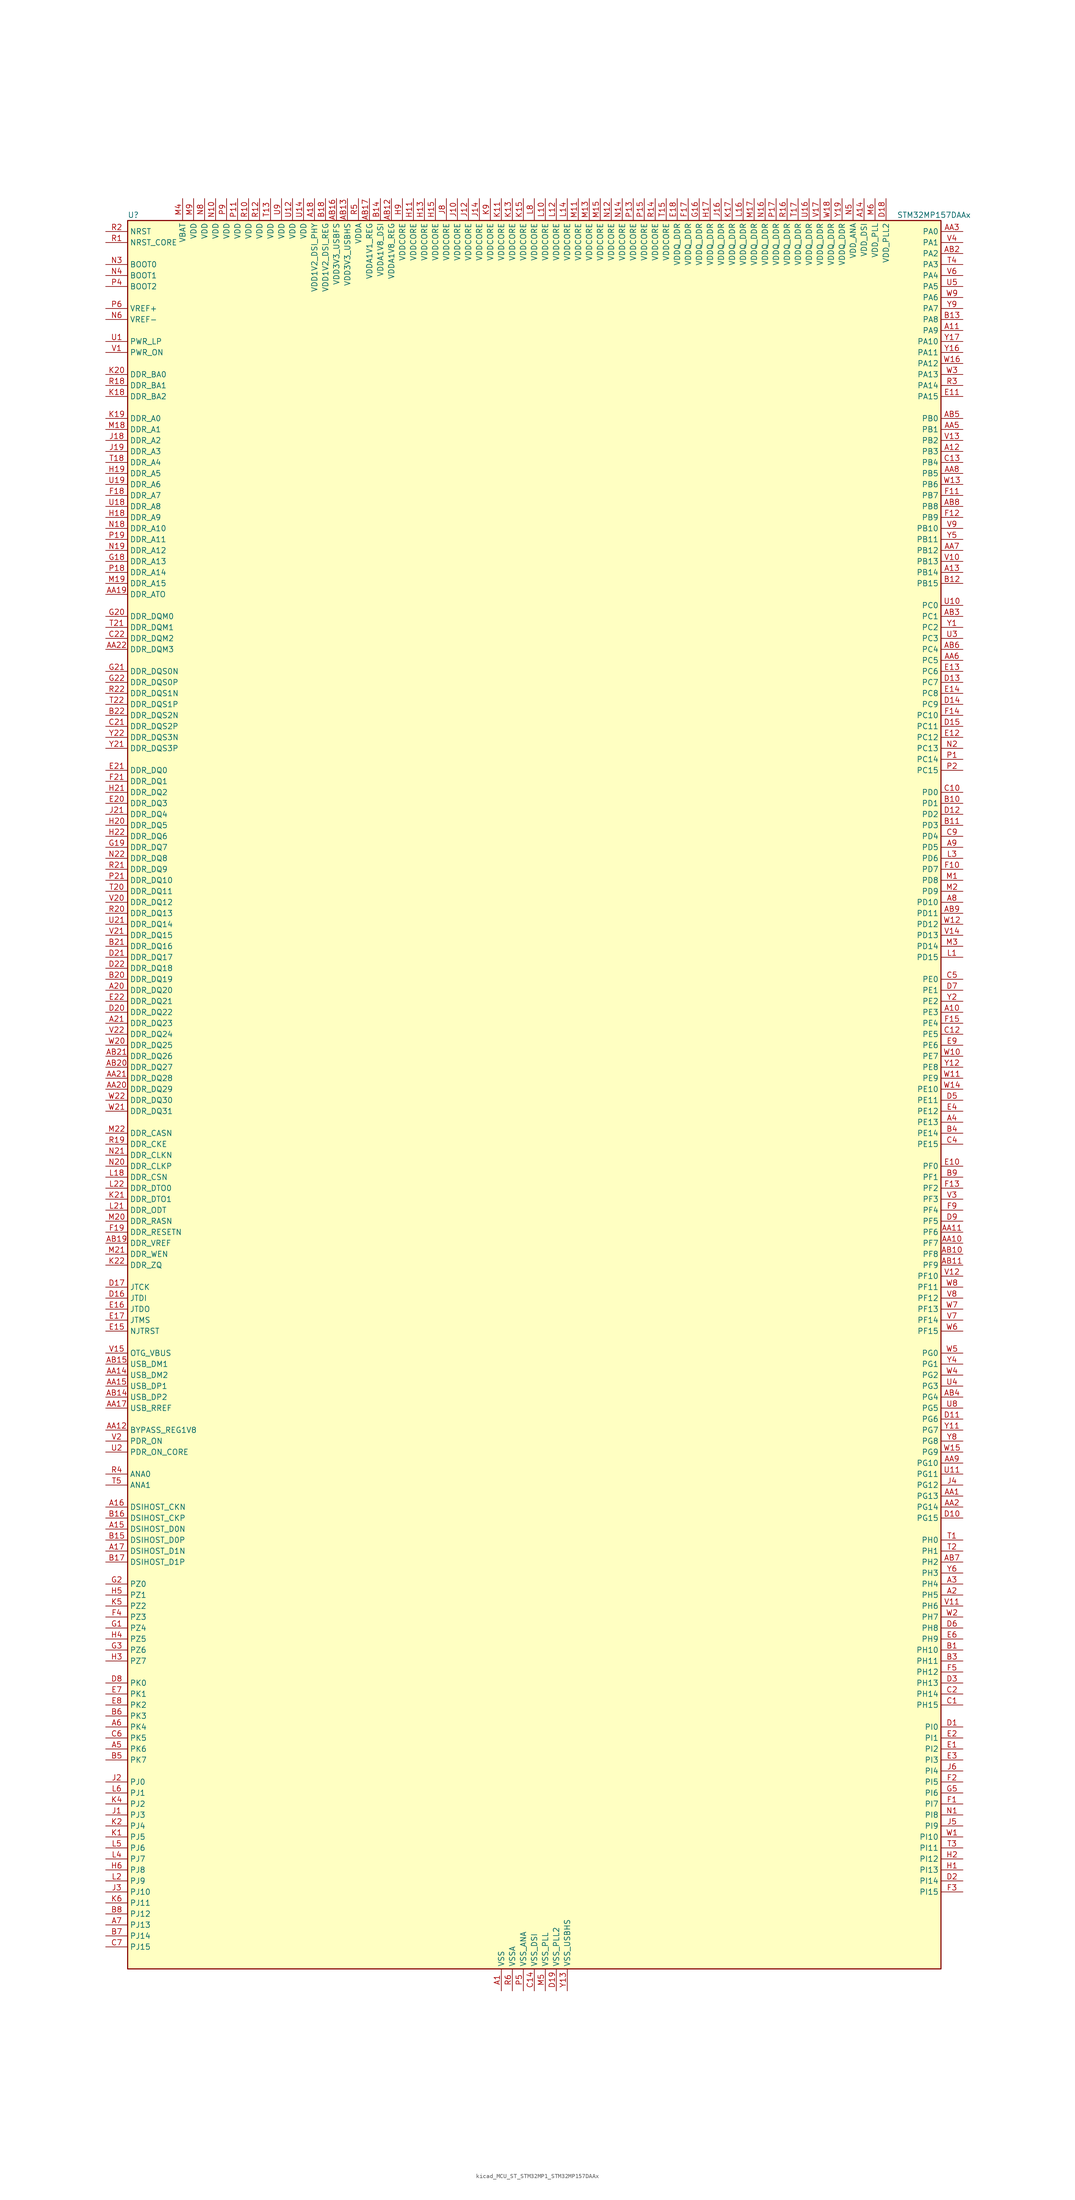
<source format=kicad_sym>
(kicad_symbol_lib
  (version 20220914)
  (generator kicad_symbol_editor)
  (symbol "kicad_MCU_ST_STM32MP1_STM32MP157DAAx"
    (property "Reference" "U"
      (at -93.98 204.47 0)
      (effects (font (size 1.27 1.27)) (justify left)))
    (property "Value" "STM32MP157DAAx"
      (at 83.82 204.47 0)
      (effects (font (size 1.27 1.27)) (justify left)))
    (property "ki_locked" ""
      (at 0 0 0)
      (effects (font (size 1.27 1.27))))
    (symbol "kicad_MCU_ST_STM32MP1_STM32MP157DAAx_0_1"
      (rectangle (start -93.98 -200.66) (end 93.98 203.2) (stroke (width 0.254) (type default)) (fill (type background))))
    (symbol "kicad_MCU_ST_STM32MP1_STM32MP157DAAx_1_1"
      (pin power_in line (at -7.62 -205.74 90) (length 5.08) (name "VSS" (effects (font (size 1.27 1.27)))) (number "A1" (effects (font (size 1.27 1.27)))))
      (pin bidirectional line (at 99.06 20.32 180) (length 5.08) (name "PE3" (effects (font (size 1.27 1.27)))) (number "A10" (effects (font (size 1.27 1.27)))) (alternate "DEBUG_TRACED0" bidirectional line) (alternate "FMC_A19" bidirectional line) (alternate "SAI1_SD_B" bidirectional line) (alternate "SDMMC2_CK" bidirectional line) (alternate "TIM15_BKIN" bidirectional line))
      (pin bidirectional line (at 99.06 177.8 180) (length 5.08) (name "PA9" (effects (font (size 1.27 1.27)))) (number "A11" (effects (font (size 1.27 1.27)))) (alternate "DAC1_EXTI9" bidirectional line) (alternate "DCMI_D0" bidirectional line) (alternate "I2C3_SMBA" bidirectional line) (alternate "I2S2_CK" bidirectional line) (alternate "LTDC_R5" bidirectional line) (alternate "SDMMC2_CDIR" bidirectional line) (alternate "SDMMC2_D5" bidirectional line) (alternate "SPI2_SCK" bidirectional line) (alternate "TIM1_CH2" bidirectional line) (alternate "USART1_TX" bidirectional line))
      (pin bidirectional line (at 99.06 149.86 180) (length 5.08) (name "PB3" (effects (font (size 1.27 1.27)))) (number "A12" (effects (font (size 1.27 1.27)))) (alternate "DEBUG_TRACED9" bidirectional line) (alternate "I2S1_CK" bidirectional line) (alternate "I2S3_CK" bidirectional line) (alternate "SAI4_CK1" bidirectional line) (alternate "SAI4_MCLK_A" bidirectional line) (alternate "SDMMC2_D2" bidirectional line) (alternate "SPI1_SCK" bidirectional line) (alternate "SPI3_SCK" bidirectional line) (alternate "SPI6_SCK" bidirectional line) (alternate "TIM2_CH2" bidirectional line) (alternate "UART7_RX" bidirectional line))
      (pin bidirectional line (at 99.06 121.92 180) (length 5.08) (name "PB14" (effects (font (size 1.27 1.27)))) (number "A13" (effects (font (size 1.27 1.27)))) (alternate "DFSDM1_DATIN2" bidirectional line) (alternate "I2S2_SDI" bidirectional line) (alternate "SDMMC2_D0" bidirectional line) (alternate "SPI2_MISO" bidirectional line) (alternate "TIM12_CH1" bidirectional line) (alternate "TIM1_CH2N" bidirectional line) (alternate "TIM8_CH2N" bidirectional line) (alternate "USART1_TX" bidirectional line) (alternate "USART3_DE" bidirectional line) (alternate "USART3_RTS" bidirectional line))
      (pin power_in line (at 76.2 208.28 270) (length 5.08) (name "VDD_DSI" (effects (font (size 1.27 1.27)))) (number "A14" (effects (font (size 1.27 1.27)))))
      (pin bidirectional line (at -99.06 -99.06 0) (length 5.08) (name "DSIHOST_D0N" (effects (font (size 1.27 1.27)))) (number "A15" (effects (font (size 1.27 1.27)))) (alternate "DSIHOST_D0N" bidirectional line))
      (pin bidirectional line (at -99.06 -93.98 0) (length 5.08) (name "DSIHOST_CKN" (effects (font (size 1.27 1.27)))) (number "A16" (effects (font (size 1.27 1.27)))) (alternate "DSIHOST_CKN" bidirectional line))
      (pin bidirectional line (at -99.06 -104.14 0) (length 5.08) (name "DSIHOST_D1N" (effects (font (size 1.27 1.27)))) (number "A17" (effects (font (size 1.27 1.27)))) (alternate "DSIHOST_D1N" bidirectional line))
      (pin power_in line (at -50.8 208.28 270) (length 5.08) (name "VDD1V2_DSI_PHY" (effects (font (size 1.27 1.27)))) (number "A18" (effects (font (size 1.27 1.27)))))
      (pin passive line (at -7.62 -205.74 90) (length 5.08) hide (name "VSS" (effects (font (size 1.27 1.27)))) (number "A19" (effects (font (size 1.27 1.27)))))
      (pin bidirectional line (at 99.06 -114.3 180) (length 5.08) (name "PH5" (effects (font (size 1.27 1.27)))) (number "A2" (effects (font (size 1.27 1.27)))) (alternate "I2C2_SDA" bidirectional line) (alternate "SAI4_SD_B" bidirectional line) (alternate "SPI5_NSS" bidirectional line))
      (pin bidirectional line (at -99.06 25.4 0) (length 5.08) (name "DDR_DQ20" (effects (font (size 1.27 1.27)))) (number "A20" (effects (font (size 1.27 1.27)))) (alternate "DDR_DQ20" bidirectional line))
      (pin bidirectional line (at -99.06 17.78 0) (length 5.08) (name "DDR_DQ23" (effects (font (size 1.27 1.27)))) (number "A21" (effects (font (size 1.27 1.27)))) (alternate "DDR_DQ23" bidirectional line))
      (pin passive line (at -7.62 -205.74 90) (length 5.08) hide (name "VSS" (effects (font (size 1.27 1.27)))) (number "A22" (effects (font (size 1.27 1.27)))))
      (pin bidirectional line (at 99.06 -111.76 180) (length 5.08) (name "PH4" (effects (font (size 1.27 1.27)))) (number "A3" (effects (font (size 1.27 1.27)))) (alternate "I2C2_SCL" bidirectional line) (alternate "LTDC_G4" bidirectional line) (alternate "LTDC_G5" bidirectional line))
      (pin bidirectional line (at 99.06 -5.08 180) (length 5.08) (name "PE13" (effects (font (size 1.27 1.27)))) (number "A4" (effects (font (size 1.27 1.27)))) (alternate "DCMI_D6" bidirectional line) (alternate "DFSDM1_CKIN5" bidirectional line) (alternate "FMC_D10" bidirectional line) (alternate "FMC_DA10" bidirectional line) (alternate "HDP_HDP2" bidirectional line) (alternate "LTDC_DE" bidirectional line) (alternate "SAI2_FS_B" bidirectional line) (alternate "SPI4_MISO" bidirectional line) (alternate "TIM1_CH3" bidirectional line))
      (pin bidirectional line (at -99.06 -149.86 0) (length 5.08) (name "PK6" (effects (font (size 1.27 1.27)))) (number "A5" (effects (font (size 1.27 1.27)))) (alternate "DEBUG_TRACED7" bidirectional line) (alternate "HDP_HDP7" bidirectional line) (alternate "LTDC_B7" bidirectional line))
      (pin bidirectional line (at -99.06 -144.78 0) (length 5.08) (name "PK4" (effects (font (size 1.27 1.27)))) (number "A6" (effects (font (size 1.27 1.27)))) (alternate "LTDC_B5" bidirectional line))
      (pin bidirectional line (at -99.06 -190.5 0) (length 5.08) (name "PJ13" (effects (font (size 1.27 1.27)))) (number "A7" (effects (font (size 1.27 1.27)))) (alternate "LTDC_B1" bidirectional line) (alternate "LTDC_G4" bidirectional line))
      (pin bidirectional line (at 99.06 45.72 180) (length 5.08) (name "PD10" (effects (font (size 1.27 1.27)))) (number "A8" (effects (font (size 1.27 1.27)))) (alternate "DFSDM1_CKOUT" bidirectional line) (alternate "FMC_D15" bidirectional line) (alternate "FMC_DA15" bidirectional line) (alternate "I2C5_SMBA" bidirectional line) (alternate "I2S3_SDI" bidirectional line) (alternate "LTDC_B3" bidirectional line) (alternate "RTC_REFIN" bidirectional line) (alternate "SAI3_FS_B" bidirectional line) (alternate "SPI3_MISO" bidirectional line) (alternate "TIM16_BKIN" bidirectional line) (alternate "USART3_CK" bidirectional line))
      (pin bidirectional line (at 99.06 58.42 180) (length 5.08) (name "PD5" (effects (font (size 1.27 1.27)))) (number "A9" (effects (font (size 1.27 1.27)))) (alternate "FMC_NWE" bidirectional line) (alternate "SDMMC3_D2" bidirectional line) (alternate "USART2_TX" bidirectional line))
      (pin bidirectional line (at 99.06 -91.44 180) (length 5.08) (name "PG13" (effects (font (size 1.27 1.27)))) (number "AA1" (effects (font (size 1.27 1.27)))) (alternate "DEBUG_TRACED0" bidirectional line) (alternate "ETH1_TXD0" bidirectional line) (alternate "FMC_A24" bidirectional line) (alternate "LPTIM1_OUT" bidirectional line) (alternate "LTDC_R0" bidirectional line) (alternate "SAI1_CK2" bidirectional line) (alternate "SAI1_SCK_A" bidirectional line) (alternate "SAI4_CK1" bidirectional line) (alternate "SAI4_MCLK_A" bidirectional line) (alternate "SPI6_SCK" bidirectional line) (alternate "USART6_CTS" bidirectional line) (alternate "USART6_NSS" bidirectional line))
      (pin bidirectional line (at 99.06 -33.02 180) (length 5.08) (name "PF7" (effects (font (size 1.27 1.27)))) (number "AA10" (effects (font (size 1.27 1.27)))) (alternate "QUADSPI_BK1_IO2" bidirectional line) (alternate "SAI1_MCLK_B" bidirectional line) (alternate "SPI5_SCK" bidirectional line) (alternate "TIM17_CH1" bidirectional line) (alternate "UART7_TX" bidirectional line))
      (pin bidirectional line (at 99.06 -30.48 180) (length 5.08) (name "PF6" (effects (font (size 1.27 1.27)))) (number "AA11" (effects (font (size 1.27 1.27)))) (alternate "QUADSPI_BK1_IO3" bidirectional line) (alternate "SAI1_SD_B" bidirectional line) (alternate "SAI4_SCK_B" bidirectional line) (alternate "SPI5_NSS" bidirectional line) (alternate "TIM16_CH1" bidirectional line) (alternate "UART7_RX" bidirectional line))
      (pin bidirectional line (at -99.06 -76.2 0) (length 5.08) (name "BYPASS_REG1V8" (effects (font (size 1.27 1.27)))) (number "AA12" (effects (font (size 1.27 1.27)))))
      (pin passive line (at 7.62 -205.74 90) (length 5.08) hide (name "VSS_USBHS" (effects (font (size 1.27 1.27)))) (number "AA13" (effects (font (size 1.27 1.27)))))
      (pin bidirectional line (at -99.06 -63.5 0) (length 5.08) (name "USB_DM2" (effects (font (size 1.27 1.27)))) (number "AA14" (effects (font (size 1.27 1.27)))) (alternate "USBH_HS2_DM" bidirectional line) (alternate "USB_OTG_HS_DM" bidirectional line))
      (pin bidirectional line (at -99.06 -66.04 0) (length 5.08) (name "USB_DP1" (effects (font (size 1.27 1.27)))) (number "AA15" (effects (font (size 1.27 1.27)))) (alternate "USBH_HS1_DP" bidirectional line))
      (pin passive line (at 7.62 -205.74 90) (length 5.08) hide (name "VSS_USBHS" (effects (font (size 1.27 1.27)))) (number "AA16" (effects (font (size 1.27 1.27)))))
      (pin bidirectional line (at -99.06 -71.12 0) (length 5.08) (name "USB_RREF" (effects (font (size 1.27 1.27)))) (number "AA17" (effects (font (size 1.27 1.27)))))
      (pin passive line (at -7.62 -205.74 90) (length 5.08) hide (name "VSS" (effects (font (size 1.27 1.27)))) (number "AA18" (effects (font (size 1.27 1.27)))))
      (pin bidirectional line (at -99.06 116.84 0) (length 5.08) (name "DDR_ATO" (effects (font (size 1.27 1.27)))) (number "AA19" (effects (font (size 1.27 1.27)))) (alternate "DDR_ATO" bidirectional line))
      (pin bidirectional line (at 99.06 -93.98 180) (length 5.08) (name "PG14" (effects (font (size 1.27 1.27)))) (number "AA2" (effects (font (size 1.27 1.27)))) (alternate "DEBUG_TRACED1" bidirectional line) (alternate "ETH1_TXD1" bidirectional line) (alternate "FMC_A25" bidirectional line) (alternate "LPTIM1_ETR" bidirectional line) (alternate "LTDC_B0" bidirectional line) (alternate "QUADSPI_BK2_IO3" bidirectional line) (alternate "SAI4_D1" bidirectional line) (alternate "SAI4_SD_A" bidirectional line) (alternate "SPI6_MOSI" bidirectional line) (alternate "USART6_TX" bidirectional line))
      (pin bidirectional line (at -99.06 2.54 0) (length 5.08) (name "DDR_DQ29" (effects (font (size 1.27 1.27)))) (number "AA20" (effects (font (size 1.27 1.27)))) (alternate "DDR_DQ29" bidirectional line))
      (pin bidirectional line (at -99.06 5.08 0) (length 5.08) (name "DDR_DQ28" (effects (font (size 1.27 1.27)))) (number "AA21" (effects (font (size 1.27 1.27)))) (alternate "DDR_DQ28" bidirectional line))
      (pin bidirectional line (at -99.06 104.14 0) (length 5.08) (name "DDR_DQM3" (effects (font (size 1.27 1.27)))) (number "AA22" (effects (font (size 1.27 1.27)))) (alternate "DDR_DQM3" bidirectional line))
      (pin bidirectional line (at 99.06 200.66 180) (length 5.08) (name "PA0" (effects (font (size 1.27 1.27)))) (number "AA3" (effects (font (size 1.27 1.27)))) (alternate "ADC1_INP16" bidirectional line) (alternate "ETH1_CRS" bidirectional line) (alternate "PWR_WKUP1" bidirectional line) (alternate "SAI2_SD_B" bidirectional line) (alternate "SDMMC2_CMD" bidirectional line) (alternate "TIM15_BKIN" bidirectional line) (alternate "TIM2_CH1" bidirectional line) (alternate "TIM2_ETR" bidirectional line) (alternate "TIM5_CH1" bidirectional line) (alternate "TIM8_ETR" bidirectional line) (alternate "UART4_TX" bidirectional line) (alternate "USART2_CTS" bidirectional line) (alternate "USART2_NSS" bidirectional line))
      (pin passive line (at -7.62 -205.74 90) (length 5.08) hide (name "VSS" (effects (font (size 1.27 1.27)))) (number "AA4" (effects (font (size 1.27 1.27)))))
      (pin bidirectional line (at 99.06 154.94 180) (length 5.08) (name "PB1" (effects (font (size 1.27 1.27)))) (number "AA5" (effects (font (size 1.27 1.27)))) (alternate "ADC1_INP5" bidirectional line) (alternate "ADC2_INP5" bidirectional line) (alternate "DFSDM1_DATIN1" bidirectional line) (alternate "ETH1_RXD3" bidirectional line) (alternate "LTDC_G0" bidirectional line) (alternate "LTDC_R6" bidirectional line) (alternate "TIM1_CH3N" bidirectional line) (alternate "TIM3_CH4" bidirectional line) (alternate "TIM8_CH3N" bidirectional line))
      (pin bidirectional line (at 99.06 101.6 180) (length 5.08) (name "PC5" (effects (font (size 1.27 1.27)))) (number "AA6" (effects (font (size 1.27 1.27)))) (alternate "ADC1_INN4" bidirectional line) (alternate "ADC1_INP8" bidirectional line) (alternate "ADC2_INN4" bidirectional line) (alternate "ADC2_INP8" bidirectional line) (alternate "DFSDM1_DATIN2" bidirectional line) (alternate "ETH1_RXD1" bidirectional line) (alternate "SAI1_D3" bidirectional line) (alternate "SAI1_D4" bidirectional line) (alternate "SAI4_D3" bidirectional line) (alternate "SAI4_D4" bidirectional line) (alternate "SPDIFRX_IN3" bidirectional line))
      (pin bidirectional line (at 99.06 127 180) (length 5.08) (name "PB12" (effects (font (size 1.27 1.27)))) (number "AA7" (effects (font (size 1.27 1.27)))) (alternate "DFSDM1_DATIN1" bidirectional line) (alternate "ETH1_TXD0" bidirectional line) (alternate "FDCAN2_RX" bidirectional line) (alternate "I2C2_SMBA" bidirectional line) (alternate "I2C6_SMBA" bidirectional line) (alternate "I2S2_WS" bidirectional line) (alternate "SPI2_NSS" bidirectional line) (alternate "TIM1_BKIN" bidirectional line) (alternate "UART5_RX" bidirectional line) (alternate "USART3_CK" bidirectional line) (alternate "USART3_RX" bidirectional line))
      (pin bidirectional line (at 99.06 144.78 180) (length 5.08) (name "PB5" (effects (font (size 1.27 1.27)))) (number "AA8" (effects (font (size 1.27 1.27)))) (alternate "DCMI_D10" bidirectional line) (alternate "ETH1_CLK" bidirectional line) (alternate "ETH1_PPS_OUT" bidirectional line) (alternate "FDCAN2_RX" bidirectional line) (alternate "I2C1_SMBA" bidirectional line) (alternate "I2C4_SMBA" bidirectional line) (alternate "I2S1_SDO" bidirectional line) (alternate "I2S3_SDO" bidirectional line) (alternate "LTDC_G7" bidirectional line) (alternate "SAI4_D1" bidirectional line) (alternate "SAI4_SD_A" bidirectional line) (alternate "SPI1_MOSI" bidirectional line) (alternate "SPI3_MOSI" bidirectional line) (alternate "SPI6_MOSI" bidirectional line) (alternate "TIM17_BKIN" bidirectional line) (alternate "TIM3_CH2" bidirectional line) (alternate "UART5_RX" bidirectional line))
      (pin bidirectional line (at 99.06 -83.82 180) (length 5.08) (name "PG10" (effects (font (size 1.27 1.27)))) (number "AA9" (effects (font (size 1.27 1.27)))) (alternate "DCMI_D2" bidirectional line) (alternate "DEBUG_TRACED10" bidirectional line) (alternate "FMC_NE3" bidirectional line) (alternate "LTDC_B2" bidirectional line) (alternate "LTDC_G3" bidirectional line) (alternate "QUADSPI_BK2_IO2" bidirectional line) (alternate "SAI2_SD_B" bidirectional line) (alternate "UART8_CTS" bidirectional line))
      (pin passive line (at -7.62 -205.74 90) (length 5.08) hide (name "VSS" (effects (font (size 1.27 1.27)))) (number "AB1" (effects (font (size 1.27 1.27)))))
      (pin bidirectional line (at 99.06 -35.56 180) (length 5.08) (name "PF8" (effects (font (size 1.27 1.27)))) (number "AB10" (effects (font (size 1.27 1.27)))) (alternate "DEBUG_TRACED12" bidirectional line) (alternate "QUADSPI_BK1_IO0" bidirectional line) (alternate "SAI1_SCK_B" bidirectional line) (alternate "SPI5_MISO" bidirectional line) (alternate "TIM13_CH1" bidirectional line) (alternate "TIM16_CH1N" bidirectional line) (alternate "UART7_DE" bidirectional line) (alternate "UART7_RTS" bidirectional line))
      (pin bidirectional line (at 99.06 -38.1 180) (length 5.08) (name "PF9" (effects (font (size 1.27 1.27)))) (number "AB11" (effects (font (size 1.27 1.27)))) (alternate "DAC1_EXTI9" bidirectional line) (alternate "DEBUG_TRACED13" bidirectional line) (alternate "QUADSPI_BK1_IO1" bidirectional line) (alternate "SAI1_FS_B" bidirectional line) (alternate "SPI5_MOSI" bidirectional line) (alternate "TIM14_CH1" bidirectional line) (alternate "TIM17_CH1N" bidirectional line) (alternate "UART7_CTS" bidirectional line))
      (pin power_in line (at -33.02 208.28 270) (length 5.08) (name "VDDA1V8_REG" (effects (font (size 1.27 1.27)))) (number "AB12" (effects (font (size 1.27 1.27)))))
      (pin power_in line (at -43.18 208.28 270) (length 5.08) (name "VDD3V3_USBHS" (effects (font (size 1.27 1.27)))) (number "AB13" (effects (font (size 1.27 1.27)))))
      (pin bidirectional line (at -99.06 -68.58 0) (length 5.08) (name "USB_DP2" (effects (font (size 1.27 1.27)))) (number "AB14" (effects (font (size 1.27 1.27)))) (alternate "USBH_HS2_DP" bidirectional line) (alternate "USB_OTG_HS_DP" bidirectional line))
      (pin bidirectional line (at -99.06 -60.96 0) (length 5.08) (name "USB_DM1" (effects (font (size 1.27 1.27)))) (number "AB15" (effects (font (size 1.27 1.27)))) (alternate "USBH_HS1_DM" bidirectional line))
      (pin power_in line (at -45.72 208.28 270) (length 5.08) (name "VDD3V3_USBFS" (effects (font (size 1.27 1.27)))) (number "AB16" (effects (font (size 1.27 1.27)))))
      (pin power_in line (at -38.1 208.28 270) (length 5.08) (name "VDDA1V1_REG" (effects (font (size 1.27 1.27)))) (number "AB17" (effects (font (size 1.27 1.27)))))
      (pin passive line (at -7.62 -205.74 90) (length 5.08) hide (name "VSS" (effects (font (size 1.27 1.27)))) (number "AB18" (effects (font (size 1.27 1.27)))))
      (pin bidirectional line (at -99.06 -33.02 0) (length 5.08) (name "DDR_VREF" (effects (font (size 1.27 1.27)))) (number "AB19" (effects (font (size 1.27 1.27)))) (alternate "DDR_VREF" bidirectional line))
      (pin bidirectional line (at 99.06 195.58 180) (length 5.08) (name "PA2" (effects (font (size 1.27 1.27)))) (number "AB2" (effects (font (size 1.27 1.27)))) (alternate "ADC1_INP14" bidirectional line) (alternate "ETH1_MDIO" bidirectional line) (alternate "LPTIM4_OUT" bidirectional line) (alternate "LTDC_R1" bidirectional line) (alternate "PWR_WKUP2" bidirectional line) (alternate "SAI2_SCK_B" bidirectional line) (alternate "SDMMC2_D0DIR" bidirectional line) (alternate "TIM15_CH1" bidirectional line) (alternate "TIM2_CH3" bidirectional line) (alternate "TIM5_CH3" bidirectional line) (alternate "USART2_TX" bidirectional line))
      (pin bidirectional line (at -99.06 7.62 0) (length 5.08) (name "DDR_DQ27" (effects (font (size 1.27 1.27)))) (number "AB20" (effects (font (size 1.27 1.27)))) (alternate "DDR_DQ27" bidirectional line))
      (pin bidirectional line (at -99.06 10.16 0) (length 5.08) (name "DDR_DQ26" (effects (font (size 1.27 1.27)))) (number "AB21" (effects (font (size 1.27 1.27)))) (alternate "DDR_DQ26" bidirectional line))
      (pin passive line (at -7.62 -205.74 90) (length 5.08) hide (name "VSS" (effects (font (size 1.27 1.27)))) (number "AB22" (effects (font (size 1.27 1.27)))))
      (pin bidirectional line (at 99.06 111.76 180) (length 5.08) (name "PC1" (effects (font (size 1.27 1.27)))) (number "AB3" (effects (font (size 1.27 1.27)))) (alternate "ADC1_INN10" bidirectional line) (alternate "ADC1_INP11" bidirectional line) (alternate "ADC2_INN10" bidirectional line) (alternate "ADC2_INP11" bidirectional line) (alternate "DEBUG_TRACED0" bidirectional line) (alternate "DFSDM1_CKIN4" bidirectional line) (alternate "DFSDM1_DATIN0" bidirectional line) (alternate "ETH1_MDC" bidirectional line) (alternate "I2S2_SDO" bidirectional line) (alternate "PWR_WKUP6" bidirectional line) (alternate "SAI1_D1" bidirectional line) (alternate "SAI1_SD_A" bidirectional line) (alternate "SDMMC2_CK" bidirectional line) (alternate "SPI2_MOSI" bidirectional line) (alternate "TAMP_IN3" bidirectional line))
      (pin bidirectional line (at 99.06 -68.58 180) (length 5.08) (name "PG4" (effects (font (size 1.27 1.27)))) (number "AB4" (effects (font (size 1.27 1.27)))) (alternate "ETH1_GTX_CLK" bidirectional line) (alternate "FMC_A14" bidirectional line) (alternate "TIM1_BKIN2" bidirectional line))
      (pin bidirectional line (at 99.06 157.48 180) (length 5.08) (name "PB0" (effects (font (size 1.27 1.27)))) (number "AB5" (effects (font (size 1.27 1.27)))) (alternate "ADC1_INN5" bidirectional line) (alternate "ADC1_INP9" bidirectional line) (alternate "ADC2_INN5" bidirectional line) (alternate "ADC2_INP9" bidirectional line) (alternate "DFSDM1_CKOUT" bidirectional line) (alternate "ETH1_RXD2" bidirectional line) (alternate "LTDC_G1" bidirectional line) (alternate "LTDC_R3" bidirectional line) (alternate "TIM1_CH2N" bidirectional line) (alternate "TIM3_CH3" bidirectional line) (alternate "TIM8_CH2N" bidirectional line) (alternate "UART4_CTS" bidirectional line))
      (pin bidirectional line (at 99.06 104.14 180) (length 5.08) (name "PC4" (effects (font (size 1.27 1.27)))) (number "AB6" (effects (font (size 1.27 1.27)))) (alternate "ADC1_INP4" bidirectional line) (alternate "ADC2_INP4" bidirectional line) (alternate "DFSDM1_CKIN2" bidirectional line) (alternate "ETH1_RXD0" bidirectional line) (alternate "I2S1_MCK" bidirectional line) (alternate "SPDIFRX_IN2" bidirectional line))
      (pin bidirectional line (at 99.06 -106.68 180) (length 5.08) (name "PH2" (effects (font (size 1.27 1.27)))) (number "AB7" (effects (font (size 1.27 1.27)))) (alternate "ETH1_CRS" bidirectional line) (alternate "LPTIM1_IN2" bidirectional line) (alternate "LTDC_R0" bidirectional line) (alternate "QUADSPI_BK2_IO0" bidirectional line) (alternate "SAI2_SCK_B" bidirectional line))
      (pin bidirectional line (at 99.06 137.16 180) (length 5.08) (name "PB8" (effects (font (size 1.27 1.27)))) (number "AB8" (effects (font (size 1.27 1.27)))) (alternate "DCMI_D6" bidirectional line) (alternate "DFSDM1_CKIN7" bidirectional line) (alternate "ETH1_TXD3" bidirectional line) (alternate "FDCAN1_RX" bidirectional line) (alternate "HDP_HDP6" bidirectional line) (alternate "I2C1_SCL" bidirectional line) (alternate "I2C4_SCL" bidirectional line) (alternate "LTDC_B6" bidirectional line) (alternate "SDMMC1_CKIN" bidirectional line) (alternate "SDMMC1_D4" bidirectional line) (alternate "SDMMC2_CKIN" bidirectional line) (alternate "SDMMC2_D4" bidirectional line) (alternate "TIM16_CH1" bidirectional line) (alternate "TIM4_CH3" bidirectional line) (alternate "UART4_RX" bidirectional line))
      (pin bidirectional line (at 99.06 43.18 180) (length 5.08) (name "PD11" (effects (font (size 1.27 1.27)))) (number "AB9" (effects (font (size 1.27 1.27)))) (alternate "ADC1_EXTI11" bidirectional line) (alternate "ADC2_EXTI11" bidirectional line) (alternate "FMC_A16" bidirectional line) (alternate "FMC_CLE" bidirectional line) (alternate "I2C1_SMBA" bidirectional line) (alternate "I2C4_SMBA" bidirectional line) (alternate "LPTIM2_IN2" bidirectional line) (alternate "QUADSPI_BK1_IO0" bidirectional line) (alternate "SAI2_SD_A" bidirectional line) (alternate "USART3_CTS" bidirectional line) (alternate "USART3_NSS" bidirectional line))
      (pin bidirectional line (at 99.06 -127 180) (length 5.08) (name "PH10" (effects (font (size 1.27 1.27)))) (number "B1" (effects (font (size 1.27 1.27)))) (alternate "DCMI_D1" bidirectional line) (alternate "I2C1_SMBA" bidirectional line) (alternate "I2C4_SMBA" bidirectional line) (alternate "LTDC_R4" bidirectional line) (alternate "TIM5_CH1" bidirectional line))
      (pin bidirectional line (at 99.06 68.58 180) (length 5.08) (name "PD1" (effects (font (size 1.27 1.27)))) (number "B10" (effects (font (size 1.27 1.27)))) (alternate "DFSDM1_CKIN7" bidirectional line) (alternate "DFSDM1_DATIN6" bidirectional line) (alternate "FDCAN1_TX" bidirectional line) (alternate "FMC_D3" bidirectional line) (alternate "FMC_DA3" bidirectional line) (alternate "I2C5_SCL" bidirectional line) (alternate "I2C6_SCL" bidirectional line) (alternate "SAI3_SD_A" bidirectional line) (alternate "SDMMC3_D0" bidirectional line) (alternate "UART4_TX" bidirectional line))
      (pin bidirectional line (at 99.06 63.5 180) (length 5.08) (name "PD3" (effects (font (size 1.27 1.27)))) (number "B11" (effects (font (size 1.27 1.27)))) (alternate "DCMI_D5" bidirectional line) (alternate "DFSDM1_CKOUT" bidirectional line) (alternate "DFSDM1_DATIN0" bidirectional line) (alternate "FMC_CLK" bidirectional line) (alternate "HDP_HDP5" bidirectional line) (alternate "I2S2_CK" bidirectional line) (alternate "LTDC_G7" bidirectional line) (alternate "SDMMC1_D123DIR" bidirectional line) (alternate "SDMMC1_D7" bidirectional line) (alternate "SDMMC2_D123DIR" bidirectional line) (alternate "SDMMC2_D7" bidirectional line) (alternate "SPI2_SCK" bidirectional line) (alternate "USART2_CTS" bidirectional line) (alternate "USART2_NSS" bidirectional line))
      (pin bidirectional line (at 99.06 119.38 180) (length 5.08) (name "PB15" (effects (font (size 1.27 1.27)))) (number "B12" (effects (font (size 1.27 1.27)))) (alternate "ADC1_EXTI15" bidirectional line) (alternate "ADC2_EXTI15" bidirectional line) (alternate "DFSDM1_CKIN2" bidirectional line) (alternate "I2S2_SDO" bidirectional line) (alternate "RTC_REFIN" bidirectional line) (alternate "SDMMC2_D1" bidirectional line) (alternate "SPI2_MOSI" bidirectional line) (alternate "TIM12_CH2" bidirectional line) (alternate "TIM1_CH3N" bidirectional line) (alternate "TIM8_CH3N" bidirectional line) (alternate "USART1_RX" bidirectional line))
      (pin bidirectional line (at 99.06 180.34 180) (length 5.08) (name "PA8" (effects (font (size 1.27 1.27)))) (number "B13" (effects (font (size 1.27 1.27)))) (alternate "I2C3_SCL" bidirectional line) (alternate "I2S3_SDO" bidirectional line) (alternate "LTDC_R6" bidirectional line) (alternate "RCC_MCO_1" bidirectional line) (alternate "SAI4_SD_B" bidirectional line) (alternate "SDMMC2_CKIN" bidirectional line) (alternate "SDMMC2_D4" bidirectional line) (alternate "SPI3_MOSI" bidirectional line) (alternate "TIM1_CH1" bidirectional line) (alternate "TIM8_BKIN2" bidirectional line) (alternate "UART7_RX" bidirectional line) (alternate "USART1_CK" bidirectional line) (alternate "USB_OTG_HS_SOF" bidirectional line))
      (pin power_in line (at -35.56 208.28 270) (length 5.08) (name "VDDA1V8_DSI" (effects (font (size 1.27 1.27)))) (number "B14" (effects (font (size 1.27 1.27)))))
      (pin bidirectional line (at -99.06 -101.6 0) (length 5.08) (name "DSIHOST_D0P" (effects (font (size 1.27 1.27)))) (number "B15" (effects (font (size 1.27 1.27)))) (alternate "DSIHOST_D0P" bidirectional line))
      (pin bidirectional line (at -99.06 -96.52 0) (length 5.08) (name "DSIHOST_CKP" (effects (font (size 1.27 1.27)))) (number "B16" (effects (font (size 1.27 1.27)))) (alternate "DSIHOST_CKP" bidirectional line))
      (pin bidirectional line (at -99.06 -106.68 0) (length 5.08) (name "DSIHOST_D1P" (effects (font (size 1.27 1.27)))) (number "B17" (effects (font (size 1.27 1.27)))) (alternate "DSIHOST_D1P" bidirectional line))
      (pin power_in line (at -48.26 208.28 270) (length 5.08) (name "VDD1V2_DSI_REG" (effects (font (size 1.27 1.27)))) (number "B18" (effects (font (size 1.27 1.27)))))
      (pin passive line (at -7.62 -205.74 90) (length 5.08) hide (name "VSS" (effects (font (size 1.27 1.27)))) (number "B19" (effects (font (size 1.27 1.27)))))
      (pin passive line (at -7.62 -205.74 90) (length 5.08) hide (name "VSS" (effects (font (size 1.27 1.27)))) (number "B2" (effects (font (size 1.27 1.27)))))
      (pin bidirectional line (at -99.06 27.94 0) (length 5.08) (name "DDR_DQ19" (effects (font (size 1.27 1.27)))) (number "B20" (effects (font (size 1.27 1.27)))) (alternate "DDR_DQ19" bidirectional line))
      (pin bidirectional line (at -99.06 35.56 0) (length 5.08) (name "DDR_DQ16" (effects (font (size 1.27 1.27)))) (number "B21" (effects (font (size 1.27 1.27)))) (alternate "DDR_DQ16" bidirectional line))
      (pin bidirectional line (at -99.06 88.9 0) (length 5.08) (name "DDR_DQS2N" (effects (font (size 1.27 1.27)))) (number "B22" (effects (font (size 1.27 1.27)))) (alternate "DDR_DQS2N" bidirectional line))
      (pin bidirectional line (at 99.06 -129.54 180) (length 5.08) (name "PH11" (effects (font (size 1.27 1.27)))) (number "B3" (effects (font (size 1.27 1.27)))) (alternate "ADC1_EXTI11" bidirectional line) (alternate "ADC2_EXTI11" bidirectional line) (alternate "DCMI_D2" bidirectional line) (alternate "I2C1_SCL" bidirectional line) (alternate "I2C4_SCL" bidirectional line) (alternate "LTDC_R5" bidirectional line) (alternate "TIM5_CH2" bidirectional line))
      (pin bidirectional line (at 99.06 -7.62 180) (length 5.08) (name "PE14" (effects (font (size 1.27 1.27)))) (number "B4" (effects (font (size 1.27 1.27)))) (alternate "FMC_D11" bidirectional line) (alternate "FMC_DA11" bidirectional line) (alternate "LTDC_CLK" bidirectional line) (alternate "LTDC_G0" bidirectional line) (alternate "SAI2_MCLK_B" bidirectional line) (alternate "SDMMC1_D123DIR" bidirectional line) (alternate "SPI4_MOSI" bidirectional line) (alternate "TIM1_CH4" bidirectional line) (alternate "UART8_DE" bidirectional line) (alternate "UART8_RTS" bidirectional line))
      (pin bidirectional line (at -99.06 -152.4 0) (length 5.08) (name "PK7" (effects (font (size 1.27 1.27)))) (number "B5" (effects (font (size 1.27 1.27)))) (alternate "LTDC_DE" bidirectional line))
      (pin bidirectional line (at -99.06 -142.24 0) (length 5.08) (name "PK3" (effects (font (size 1.27 1.27)))) (number "B6" (effects (font (size 1.27 1.27)))) (alternate "LTDC_B4" bidirectional line))
      (pin bidirectional line (at -99.06 -193.04 0) (length 5.08) (name "PJ14" (effects (font (size 1.27 1.27)))) (number "B7" (effects (font (size 1.27 1.27)))) (alternate "LTDC_B2" bidirectional line))
      (pin bidirectional line (at -99.06 -187.96 0) (length 5.08) (name "PJ12" (effects (font (size 1.27 1.27)))) (number "B8" (effects (font (size 1.27 1.27)))) (alternate "LTDC_B0" bidirectional line) (alternate "LTDC_G3" bidirectional line))
      (pin bidirectional line (at 99.06 -17.78 180) (length 5.08) (name "PF1" (effects (font (size 1.27 1.27)))) (number "B9" (effects (font (size 1.27 1.27)))) (alternate "FMC_A1" bidirectional line) (alternate "I2C2_SCL" bidirectional line) (alternate "SDMMC3_CDIR" bidirectional line) (alternate "SDMMC3_CMD" bidirectional line))
      (pin bidirectional line (at 99.06 -139.7 180) (length 5.08) (name "PH15" (effects (font (size 1.27 1.27)))) (number "C1" (effects (font (size 1.27 1.27)))) (alternate "ADC1_EXTI15" bidirectional line) (alternate "ADC2_EXTI15" bidirectional line) (alternate "DCMI_D11" bidirectional line) (alternate "LTDC_G4" bidirectional line) (alternate "TIM8_CH3N" bidirectional line))
      (pin bidirectional line (at 99.06 71.12 180) (length 5.08) (name "PD0" (effects (font (size 1.27 1.27)))) (number "C10" (effects (font (size 1.27 1.27)))) (alternate "DFSDM1_CKIN6" bidirectional line) (alternate "DFSDM1_DATIN7" bidirectional line) (alternate "FDCAN1_RX" bidirectional line) (alternate "FMC_D2" bidirectional line) (alternate "FMC_DA2" bidirectional line) (alternate "I2C5_SDA" bidirectional line) (alternate "I2C6_SDA" bidirectional line) (alternate "SAI3_SCK_A" bidirectional line) (alternate "SDMMC3_CMD" bidirectional line) (alternate "UART4_RX" bidirectional line))
      (pin passive line (at -7.62 -205.74 90) (length 5.08) hide (name "VSS" (effects (font (size 1.27 1.27)))) (number "C11" (effects (font (size 1.27 1.27)))))
      (pin bidirectional line (at 99.06 15.24 180) (length 5.08) (name "PE5" (effects (font (size 1.27 1.27)))) (number "C12" (effects (font (size 1.27 1.27)))) (alternate "DCMI_D6" bidirectional line) (alternate "DEBUG_TRACED3" bidirectional line) (alternate "DFSDM1_CKIN3" bidirectional line) (alternate "FMC_A21" bidirectional line) (alternate "LTDC_G0" bidirectional line) (alternate "SAI1_CK2" bidirectional line) (alternate "SAI1_SCK_A" bidirectional line) (alternate "SDMMC1_D0DIR" bidirectional line) (alternate "SDMMC1_D6" bidirectional line) (alternate "SDMMC2_D0DIR" bidirectional line) (alternate "SDMMC2_D6" bidirectional line) (alternate "SPI4_MISO" bidirectional line) (alternate "TIM15_CH1" bidirectional line))
      (pin bidirectional line (at 99.06 147.32 180) (length 5.08) (name "PB4" (effects (font (size 1.27 1.27)))) (number "C13" (effects (font (size 1.27 1.27)))) (alternate "DEBUG_TRACED8" bidirectional line) (alternate "I2S1_SDI" bidirectional line) (alternate "I2S2_WS" bidirectional line) (alternate "I2S3_SDI" bidirectional line) (alternate "SAI4_CK2" bidirectional line) (alternate "SAI4_SCK_A" bidirectional line) (alternate "SDMMC2_D3" bidirectional line) (alternate "SPI1_MISO" bidirectional line) (alternate "SPI2_NSS" bidirectional line) (alternate "SPI3_MISO" bidirectional line) (alternate "SPI6_MISO" bidirectional line) (alternate "TIM16_BKIN" bidirectional line) (alternate "TIM3_CH1" bidirectional line) (alternate "UART7_TX" bidirectional line))
      (pin power_in line (at 0 -205.74 90) (length 5.08) (name "VSS_DSI" (effects (font (size 1.27 1.27)))) (number "C14" (effects (font (size 1.27 1.27)))))
      (pin passive line (at 0 -205.74 90) (length 5.08) hide (name "VSS_DSI" (effects (font (size 1.27 1.27)))) (number "C15" (effects (font (size 1.27 1.27)))))
      (pin passive line (at 0 -205.74 90) (length 5.08) hide (name "VSS_DSI" (effects (font (size 1.27 1.27)))) (number "C16" (effects (font (size 1.27 1.27)))))
      (pin passive line (at 0 -205.74 90) (length 5.08) hide (name "VSS_DSI" (effects (font (size 1.27 1.27)))) (number "C17" (effects (font (size 1.27 1.27)))))
      (pin passive line (at 0 -205.74 90) (length 5.08) hide (name "VSS_DSI" (effects (font (size 1.27 1.27)))) (number "C18" (effects (font (size 1.27 1.27)))))
      (pin passive line (at -7.62 -205.74 90) (length 5.08) hide (name "VSS" (effects (font (size 1.27 1.27)))) (number "C19" (effects (font (size 1.27 1.27)))))
      (pin bidirectional line (at 99.06 -137.16 180) (length 5.08) (name "PH14" (effects (font (size 1.27 1.27)))) (number "C2" (effects (font (size 1.27 1.27)))) (alternate "DCMI_D4" bidirectional line) (alternate "FDCAN1_RX" bidirectional line) (alternate "LTDC_G3" bidirectional line) (alternate "TIM8_CH2N" bidirectional line) (alternate "UART4_RX" bidirectional line))
      (pin passive line (at -7.62 -205.74 90) (length 5.08) hide (name "VSS" (effects (font (size 1.27 1.27)))) (number "C20" (effects (font (size 1.27 1.27)))))
      (pin bidirectional line (at -99.06 86.36 0) (length 5.08) (name "DDR_DQS2P" (effects (font (size 1.27 1.27)))) (number "C21" (effects (font (size 1.27 1.27)))) (alternate "DDR_DQS2P" bidirectional line))
      (pin bidirectional line (at -99.06 106.68 0) (length 5.08) (name "DDR_DQM2" (effects (font (size 1.27 1.27)))) (number "C22" (effects (font (size 1.27 1.27)))) (alternate "DDR_DQM2" bidirectional line))
      (pin passive line (at -7.62 -205.74 90) (length 5.08) hide (name "VSS" (effects (font (size 1.27 1.27)))) (number "C3" (effects (font (size 1.27 1.27)))))
      (pin bidirectional line (at 99.06 -10.16 180) (length 5.08) (name "PE15" (effects (font (size 1.27 1.27)))) (number "C4" (effects (font (size 1.27 1.27)))) (alternate "ADC1_EXTI15" bidirectional line) (alternate "ADC2_EXTI15" bidirectional line) (alternate "FMC_D12" bidirectional line) (alternate "FMC_DA12" bidirectional line) (alternate "FMC_NCE2" bidirectional line) (alternate "HDP_HDP3" bidirectional line) (alternate "LTDC_R7" bidirectional line) (alternate "TIM15_BKIN" bidirectional line) (alternate "TIM1_BKIN" bidirectional line) (alternate "UART8_CTS" bidirectional line) (alternate "USART2_CTS" bidirectional line) (alternate "USART2_NSS" bidirectional line))
      (pin bidirectional line (at 99.06 27.94 180) (length 5.08) (name "PE0" (effects (font (size 1.27 1.27)))) (number "C5" (effects (font (size 1.27 1.27)))) (alternate "DCMI_D2" bidirectional line) (alternate "FMC_NBL0" bidirectional line) (alternate "I2S3_CK" bidirectional line) (alternate "LPTIM1_ETR" bidirectional line) (alternate "LPTIM2_ETR" bidirectional line) (alternate "SAI2_MCLK_A" bidirectional line) (alternate "SAI4_MCLK_B" bidirectional line) (alternate "SPI3_SCK" bidirectional line) (alternate "TIM4_ETR" bidirectional line) (alternate "UART8_RX" bidirectional line))
      (pin bidirectional line (at -99.06 -147.32 0) (length 5.08) (name "PK5" (effects (font (size 1.27 1.27)))) (number "C6" (effects (font (size 1.27 1.27)))) (alternate "DEBUG_TRACED6" bidirectional line) (alternate "HDP_HDP6" bidirectional line) (alternate "LTDC_B6" bidirectional line))
      (pin bidirectional line (at -99.06 -195.58 0) (length 5.08) (name "PJ15" (effects (font (size 1.27 1.27)))) (number "C7" (effects (font (size 1.27 1.27)))) (alternate "ADC1_EXTI15" bidirectional line) (alternate "ADC2_EXTI15" bidirectional line) (alternate "LTDC_B3" bidirectional line))
      (pin passive line (at -7.62 -205.74 90) (length 5.08) hide (name "VSS" (effects (font (size 1.27 1.27)))) (number "C8" (effects (font (size 1.27 1.27)))))
      (pin bidirectional line (at 99.06 60.96 180) (length 5.08) (name "PD4" (effects (font (size 1.27 1.27)))) (number "C9" (effects (font (size 1.27 1.27)))) (alternate "DFSDM1_CKIN0" bidirectional line) (alternate "FMC_NOE" bidirectional line) (alternate "SAI3_FS_A" bidirectional line) (alternate "SDMMC3_D1" bidirectional line) (alternate "USART2_DE" bidirectional line) (alternate "USART2_RTS" bidirectional line))
      (pin bidirectional line (at 99.06 -144.78 180) (length 5.08) (name "PI0" (effects (font (size 1.27 1.27)))) (number "D1" (effects (font (size 1.27 1.27)))) (alternate "DCMI_D13" bidirectional line) (alternate "I2S2_WS" bidirectional line) (alternate "LTDC_G5" bidirectional line) (alternate "SPI2_NSS" bidirectional line) (alternate "TIM5_CH4" bidirectional line))
      (pin bidirectional line (at 99.06 -96.52 180) (length 5.08) (name "PG15" (effects (font (size 1.27 1.27)))) (number "D10" (effects (font (size 1.27 1.27)))) (alternate "ADC1_EXTI15" bidirectional line) (alternate "ADC2_EXTI15" bidirectional line) (alternate "DCMI_D13" bidirectional line) (alternate "DEBUG_TRACED7" bidirectional line) (alternate "I2C2_SDA" bidirectional line) (alternate "SAI1_D2" bidirectional line) (alternate "SAI1_FS_A" bidirectional line) (alternate "SDMMC3_CK" bidirectional line) (alternate "USART6_CTS" bidirectional line) (alternate "USART6_NSS" bidirectional line))
      (pin bidirectional line (at 99.06 -73.66 180) (length 5.08) (name "PG6" (effects (font (size 1.27 1.27)))) (number "D11" (effects (font (size 1.27 1.27)))) (alternate "DCMI_D12" bidirectional line) (alternate "DEBUG_TRACED14" bidirectional line) (alternate "LTDC_R7" bidirectional line) (alternate "SDMMC2_CMD" bidirectional line) (alternate "TIM17_BKIN" bidirectional line))
      (pin bidirectional line (at 99.06 66.04 180) (length 5.08) (name "PD2" (effects (font (size 1.27 1.27)))) (number "D12" (effects (font (size 1.27 1.27)))) (alternate "DCMI_D11" bidirectional line) (alternate "I2C5_SMBA" bidirectional line) (alternate "SDMMC1_CMD" bidirectional line) (alternate "TIM3_ETR" bidirectional line) (alternate "UART4_RX" bidirectional line) (alternate "UART5_RX" bidirectional line))
      (pin bidirectional line (at 99.06 96.52 180) (length 5.08) (name "PC7" (effects (font (size 1.27 1.27)))) (number "D13" (effects (font (size 1.27 1.27)))) (alternate "DCMI_D1" bidirectional line) (alternate "DFSDM1_DATIN3" bidirectional line) (alternate "HDP_HDP4" bidirectional line) (alternate "I2S3_MCK" bidirectional line) (alternate "LTDC_G6" bidirectional line) (alternate "SDMMC1_D123DIR" bidirectional line) (alternate "SDMMC1_D7" bidirectional line) (alternate "SDMMC2_D123DIR" bidirectional line) (alternate "SDMMC2_D7" bidirectional line) (alternate "TIM3_CH2" bidirectional line) (alternate "TIM8_CH2" bidirectional line) (alternate "USART6_RX" bidirectional line))
      (pin bidirectional line (at 99.06 91.44 180) (length 5.08) (name "PC9" (effects (font (size 1.27 1.27)))) (number "D14" (effects (font (size 1.27 1.27)))) (alternate "DAC1_EXTI9" bidirectional line) (alternate "DCMI_D3" bidirectional line) (alternate "DEBUG_TRACED1" bidirectional line) (alternate "I2C3_SDA" bidirectional line) (alternate "I2S_CKIN" bidirectional line) (alternate "LTDC_B2" bidirectional line) (alternate "QUADSPI_BK1_IO0" bidirectional line) (alternate "SDMMC1_D1" bidirectional line) (alternate "TIM3_CH4" bidirectional line) (alternate "TIM8_CH4" bidirectional line) (alternate "UART5_CTS" bidirectional line))
      (pin bidirectional line (at 99.06 86.36 180) (length 5.08) (name "PC11" (effects (font (size 1.27 1.27)))) (number "D15" (effects (font (size 1.27 1.27)))) (alternate "ADC1_EXTI11" bidirectional line) (alternate "ADC2_EXTI11" bidirectional line) (alternate "DCMI_D4" bidirectional line) (alternate "DEBUG_TRACED3" bidirectional line) (alternate "DFSDM1_DATIN5" bidirectional line) (alternate "I2S3_SDI" bidirectional line) (alternate "QUADSPI_BK2_NCS" bidirectional line) (alternate "SAI4_SCK_B" bidirectional line) (alternate "SDMMC1_D3" bidirectional line) (alternate "SPI3_MISO" bidirectional line) (alternate "UART4_RX" bidirectional line) (alternate "USART3_RX" bidirectional line))
      (pin bidirectional line (at -99.06 -45.72 0) (length 5.08) (name "JTDI" (effects (font (size 1.27 1.27)))) (number "D16" (effects (font (size 1.27 1.27)))) (alternate "DEBUG_JTDI" bidirectional line))
      (pin bidirectional line (at -99.06 -43.18 0) (length 5.08) (name "JTCK" (effects (font (size 1.27 1.27)))) (number "D17" (effects (font (size 1.27 1.27)))) (alternate "DEBUG_JTCK-SWCLK" bidirectional line))
      (pin power_in line (at 81.28 208.28 270) (length 5.08) (name "VDD_PLL2" (effects (font (size 1.27 1.27)))) (number "D18" (effects (font (size 1.27 1.27)))))
      (pin power_in line (at 5.08 -205.74 90) (length 5.08) (name "VSS_PLL2" (effects (font (size 1.27 1.27)))) (number "D19" (effects (font (size 1.27 1.27)))))
      (pin bidirectional line (at 99.06 -180.34 180) (length 5.08) (name "PI14" (effects (font (size 1.27 1.27)))) (number "D2" (effects (font (size 1.27 1.27)))) (alternate "DEBUG_TRACECLK" bidirectional line) (alternate "LTDC_CLK" bidirectional line))
      (pin bidirectional line (at -99.06 20.32 0) (length 5.08) (name "DDR_DQ22" (effects (font (size 1.27 1.27)))) (number "D20" (effects (font (size 1.27 1.27)))) (alternate "DDR_DQ22" bidirectional line))
      (pin bidirectional line (at -99.06 33.02 0) (length 5.08) (name "DDR_DQ17" (effects (font (size 1.27 1.27)))) (number "D21" (effects (font (size 1.27 1.27)))) (alternate "DDR_DQ17" bidirectional line))
      (pin bidirectional line (at -99.06 30.48 0) (length 5.08) (name "DDR_DQ18" (effects (font (size 1.27 1.27)))) (number "D22" (effects (font (size 1.27 1.27)))) (alternate "DDR_DQ18" bidirectional line))
      (pin bidirectional line (at 99.06 -134.62 180) (length 5.08) (name "PH13" (effects (font (size 1.27 1.27)))) (number "D3" (effects (font (size 1.27 1.27)))) (alternate "FDCAN1_TX" bidirectional line) (alternate "LTDC_G2" bidirectional line) (alternate "TIM8_CH1N" bidirectional line) (alternate "UART4_TX" bidirectional line))
      (pin passive line (at -7.62 -205.74 90) (length 5.08) hide (name "VSS" (effects (font (size 1.27 1.27)))) (number "D4" (effects (font (size 1.27 1.27)))))
      (pin bidirectional line (at 99.06 0 180) (length 5.08) (name "PE11" (effects (font (size 1.27 1.27)))) (number "D5" (effects (font (size 1.27 1.27)))) (alternate "ADC1_EXTI11" bidirectional line) (alternate "ADC2_EXTI11" bidirectional line) (alternate "DCMI_D4" bidirectional line) (alternate "DFSDM1_CKIN4" bidirectional line) (alternate "FMC_D8" bidirectional line) (alternate "FMC_DA8" bidirectional line) (alternate "LTDC_G3" bidirectional line) (alternate "SAI2_SD_B" bidirectional line) (alternate "SPI4_NSS" bidirectional line) (alternate "TIM1_CH2" bidirectional line) (alternate "USART6_CK" bidirectional line))
      (pin bidirectional line (at 99.06 -121.92 180) (length 5.08) (name "PH8" (effects (font (size 1.27 1.27)))) (number "D6" (effects (font (size 1.27 1.27)))) (alternate "DCMI_HSYNC" bidirectional line) (alternate "I2C3_SDA" bidirectional line) (alternate "LTDC_R2" bidirectional line) (alternate "TIM5_ETR" bidirectional line))
      (pin bidirectional line (at 99.06 25.4 180) (length 5.08) (name "PE1" (effects (font (size 1.27 1.27)))) (number "D7" (effects (font (size 1.27 1.27)))) (alternate "DCMI_D3" bidirectional line) (alternate "FMC_NBL1" bidirectional line) (alternate "I2S2_MCK" bidirectional line) (alternate "LPTIM1_IN2" bidirectional line) (alternate "SAI3_SD_B" bidirectional line) (alternate "UART8_TX" bidirectional line))
      (pin bidirectional line (at -99.06 -134.62 0) (length 5.08) (name "PK0" (effects (font (size 1.27 1.27)))) (number "D8" (effects (font (size 1.27 1.27)))) (alternate "LTDC_G5" bidirectional line) (alternate "SPI5_SCK" bidirectional line) (alternate "TIM1_CH1N" bidirectional line) (alternate "TIM8_CH3" bidirectional line))
      (pin bidirectional line (at 99.06 -27.94 180) (length 5.08) (name "PF5" (effects (font (size 1.27 1.27)))) (number "D9" (effects (font (size 1.27 1.27)))) (alternate "FMC_A5" bidirectional line) (alternate "SDMMC3_D2" bidirectional line) (alternate "USART2_TX" bidirectional line))
      (pin bidirectional line (at 99.06 -149.86 180) (length 5.08) (name "PI2" (effects (font (size 1.27 1.27)))) (number "E1" (effects (font (size 1.27 1.27)))) (alternate "DCMI_D9" bidirectional line) (alternate "I2S2_SDI" bidirectional line) (alternate "LTDC_G7" bidirectional line) (alternate "SPI2_MISO" bidirectional line) (alternate "TIM8_CH4" bidirectional line))
      (pin bidirectional line (at 99.06 -15.24 180) (length 5.08) (name "PF0" (effects (font (size 1.27 1.27)))) (number "E10" (effects (font (size 1.27 1.27)))) (alternate "FMC_A0" bidirectional line) (alternate "I2C2_SDA" bidirectional line) (alternate "SDMMC3_CKIN" bidirectional line) (alternate "SDMMC3_D0" bidirectional line))
      (pin bidirectional line (at 99.06 162.56 180) (length 5.08) (name "PA15" (effects (font (size 1.27 1.27)))) (number "E11" (effects (font (size 1.27 1.27)))) (alternate "ADC1_EXTI15" bidirectional line) (alternate "ADC2_EXTI15" bidirectional line) (alternate "CEC" bidirectional line) (alternate "DEBUG_DBTRGI" bidirectional line) (alternate "I2S1_WS" bidirectional line) (alternate "I2S3_WS" bidirectional line) (alternate "LTDC_R1" bidirectional line) (alternate "SAI4_D2" bidirectional line) (alternate "SAI4_FS_A" bidirectional line) (alternate "SDMMC1_CDIR" bidirectional line) (alternate "SDMMC1_D5" bidirectional line) (alternate "SDMMC2_CDIR" bidirectional line) (alternate "SDMMC2_D5" bidirectional line) (alternate "SPI1_NSS" bidirectional line) (alternate "SPI3_NSS" bidirectional line) (alternate "SPI6_NSS" bidirectional line) (alternate "TIM2_CH1" bidirectional line) (alternate "TIM2_ETR" bidirectional line) (alternate "UART4_DE" bidirectional line) (alternate "UART4_RTS" bidirectional line) (alternate "UART7_TX" bidirectional line))
      (pin bidirectional line (at 99.06 83.82 180) (length 5.08) (name "PC12" (effects (font (size 1.27 1.27)))) (number "E12" (effects (font (size 1.27 1.27)))) (alternate "DCMI_D9" bidirectional line) (alternate "DEBUG_TRACECLK" bidirectional line) (alternate "I2S3_SDO" bidirectional line) (alternate "RCC_MCO_2" bidirectional line) (alternate "SAI4_D3" bidirectional line) (alternate "SAI4_SD_B" bidirectional line) (alternate "SDMMC1_CK" bidirectional line) (alternate "SPI3_MOSI" bidirectional line) (alternate "UART5_TX" bidirectional line) (alternate "USART3_CK" bidirectional line))
      (pin bidirectional line (at 99.06 99.06 180) (length 5.08) (name "PC6" (effects (font (size 1.27 1.27)))) (number "E13" (effects (font (size 1.27 1.27)))) (alternate "DCMI_D0" bidirectional line) (alternate "DFSDM1_CKIN3" bidirectional line) (alternate "DSIHOST_TE" bidirectional line) (alternate "HDP_HDP1" bidirectional line) (alternate "I2S2_MCK" bidirectional line) (alternate "LTDC_HSYNC" bidirectional line) (alternate "SDMMC1_D0DIR" bidirectional line) (alternate "SDMMC1_D6" bidirectional line) (alternate "SDMMC2_D0DIR" bidirectional line) (alternate "SDMMC2_D6" bidirectional line) (alternate "TIM3_CH1" bidirectional line) (alternate "TIM8_CH1" bidirectional line) (alternate "USART6_TX" bidirectional line))
      (pin bidirectional line (at 99.06 93.98 180) (length 5.08) (name "PC8" (effects (font (size 1.27 1.27)))) (number "E14" (effects (font (size 1.27 1.27)))) (alternate "DCMI_D2" bidirectional line) (alternate "DEBUG_TRACED0" bidirectional line) (alternate "SDMMC1_D0" bidirectional line) (alternate "TIM3_CH3" bidirectional line) (alternate "TIM8_CH3" bidirectional line) (alternate "UART4_TX" bidirectional line) (alternate "UART5_DE" bidirectional line) (alternate "UART5_RTS" bidirectional line) (alternate "USART6_CK" bidirectional line))
      (pin bidirectional line (at -99.06 -53.34 0) (length 5.08) (name "NJTRST" (effects (font (size 1.27 1.27)))) (number "E15" (effects (font (size 1.27 1.27)))) (alternate "DEBUG_JTRST" bidirectional line))
      (pin bidirectional line (at -99.06 -48.26 0) (length 5.08) (name "JTDO" (effects (font (size 1.27 1.27)))) (number "E16" (effects (font (size 1.27 1.27)))) (alternate "DEBUG_JTDO-SWO" bidirectional line))
      (pin bidirectional line (at -99.06 -50.8 0) (length 5.08) (name "JTMS" (effects (font (size 1.27 1.27)))) (number "E17" (effects (font (size 1.27 1.27)))) (alternate "DEBUG_JTMS-SWDIO" bidirectional line))
      (pin power_in line (at 33.02 208.28 270) (length 5.08) (name "VDDQ_DDR" (effects (font (size 1.27 1.27)))) (number "E18" (effects (font (size 1.27 1.27)))))
      (pin passive line (at -7.62 -205.74 90) (length 5.08) hide (name "VSS" (effects (font (size 1.27 1.27)))) (number "E19" (effects (font (size 1.27 1.27)))))
      (pin bidirectional line (at 99.06 -147.32 180) (length 5.08) (name "PI1" (effects (font (size 1.27 1.27)))) (number "E2" (effects (font (size 1.27 1.27)))) (alternate "DCMI_D8" bidirectional line) (alternate "I2S2_CK" bidirectional line) (alternate "LTDC_G6" bidirectional line) (alternate "SPI2_SCK" bidirectional line) (alternate "TIM8_BKIN2" bidirectional line))
      (pin bidirectional line (at -99.06 68.58 0) (length 5.08) (name "DDR_DQ3" (effects (font (size 1.27 1.27)))) (number "E20" (effects (font (size 1.27 1.27)))) (alternate "DDR_DQ3" bidirectional line))
      (pin bidirectional line (at -99.06 76.2 0) (length 5.08) (name "DDR_DQ0" (effects (font (size 1.27 1.27)))) (number "E21" (effects (font (size 1.27 1.27)))) (alternate "DDR_DQ0" bidirectional line))
      (pin bidirectional line (at -99.06 22.86 0) (length 5.08) (name "DDR_DQ21" (effects (font (size 1.27 1.27)))) (number "E22" (effects (font (size 1.27 1.27)))) (alternate "DDR_DQ21" bidirectional line))
      (pin bidirectional line (at 99.06 -152.4 180) (length 5.08) (name "PI3" (effects (font (size 1.27 1.27)))) (number "E3" (effects (font (size 1.27 1.27)))) (alternate "DCMI_D10" bidirectional line) (alternate "I2S2_SDO" bidirectional line) (alternate "SPI2_MOSI" bidirectional line) (alternate "TIM8_ETR" bidirectional line))
      (pin bidirectional line (at 99.06 -2.54 180) (length 5.08) (name "PE12" (effects (font (size 1.27 1.27)))) (number "E4" (effects (font (size 1.27 1.27)))) (alternate "DFSDM1_DATIN5" bidirectional line) (alternate "FMC_D9" bidirectional line) (alternate "FMC_DA9" bidirectional line) (alternate "LTDC_B4" bidirectional line) (alternate "SAI2_SCK_B" bidirectional line) (alternate "SDMMC1_D0DIR" bidirectional line) (alternate "SPI4_SCK" bidirectional line) (alternate "TIM1_CH3N" bidirectional line))
      (pin passive line (at -7.62 -205.74 90) (length 5.08) hide (name "VSS" (effects (font (size 1.27 1.27)))) (number "E5" (effects (font (size 1.27 1.27)))))
      (pin bidirectional line (at 99.06 -124.46 180) (length 5.08) (name "PH9" (effects (font (size 1.27 1.27)))) (number "E6" (effects (font (size 1.27 1.27)))) (alternate "DAC1_EXTI9" bidirectional line) (alternate "DCMI_D0" bidirectional line) (alternate "I2C3_SMBA" bidirectional line) (alternate "LTDC_R3" bidirectional line) (alternate "TIM12_CH2" bidirectional line))
      (pin bidirectional line (at -99.06 -137.16 0) (length 5.08) (name "PK1" (effects (font (size 1.27 1.27)))) (number "E7" (effects (font (size 1.27 1.27)))) (alternate "DEBUG_TRACED4" bidirectional line) (alternate "HDP_HDP4" bidirectional line) (alternate "LTDC_G6" bidirectional line) (alternate "SPI5_NSS" bidirectional line) (alternate "TIM1_CH1" bidirectional line) (alternate "TIM8_CH3N" bidirectional line))
      (pin bidirectional line (at -99.06 -139.7 0) (length 5.08) (name "PK2" (effects (font (size 1.27 1.27)))) (number "E8" (effects (font (size 1.27 1.27)))) (alternate "DEBUG_TRACED5" bidirectional line) (alternate "HDP_HDP5" bidirectional line) (alternate "LTDC_G7" bidirectional line) (alternate "TIM1_BKIN" bidirectional line) (alternate "TIM8_BKIN" bidirectional line))
      (pin bidirectional line (at 99.06 12.7 180) (length 5.08) (name "PE6" (effects (font (size 1.27 1.27)))) (number "E9" (effects (font (size 1.27 1.27)))) (alternate "DCMI_D7" bidirectional line) (alternate "DEBUG_TRACED2" bidirectional line) (alternate "FMC_A22" bidirectional line) (alternate "LTDC_G1" bidirectional line) (alternate "SAI1_D1" bidirectional line) (alternate "SAI1_SD_A" bidirectional line) (alternate "SAI2_MCLK_B" bidirectional line) (alternate "SDMMC1_D2" bidirectional line) (alternate "SDMMC2_D0" bidirectional line) (alternate "SPI4_MOSI" bidirectional line) (alternate "TIM15_CH2" bidirectional line) (alternate "TIM1_BKIN2" bidirectional line))
      (pin bidirectional line (at 99.06 -162.56 180) (length 5.08) (name "PI7" (effects (font (size 1.27 1.27)))) (number "F1" (effects (font (size 1.27 1.27)))) (alternate "DCMI_D7" bidirectional line) (alternate "LTDC_B7" bidirectional line) (alternate "SAI2_FS_A" bidirectional line) (alternate "TIM8_CH3" bidirectional line))
      (pin bidirectional line (at 99.06 53.34 180) (length 5.08) (name "PD7" (effects (font (size 1.27 1.27)))) (number "F10" (effects (font (size 1.27 1.27)))) (alternate "DEBUG_TRACED6" bidirectional line) (alternate "DFSDM1_CKIN1" bidirectional line) (alternate "DFSDM1_DATIN4" bidirectional line) (alternate "FMC_NE1" bidirectional line) (alternate "I2C2_SCL" bidirectional line) (alternate "SDMMC3_D3" bidirectional line) (alternate "SPDIFRX_IN0" bidirectional line) (alternate "USART2_CK" bidirectional line))
      (pin bidirectional line (at 99.06 139.7 180) (length 5.08) (name "PB7" (effects (font (size 1.27 1.27)))) (number "F11" (effects (font (size 1.27 1.27)))) (alternate "DCMI_VSYNC" bidirectional line) (alternate "DFSDM1_CKIN5" bidirectional line) (alternate "FMC_NL" bidirectional line) (alternate "I2C1_SDA" bidirectional line) (alternate "I2C4_SDA" bidirectional line) (alternate "SDMMC2_D1" bidirectional line) (alternate "TIM17_CH1N" bidirectional line) (alternate "TIM4_CH2" bidirectional line) (alternate "USART1_RX" bidirectional line))
      (pin bidirectional line (at 99.06 134.62 180) (length 5.08) (name "PB9" (effects (font (size 1.27 1.27)))) (number "F12" (effects (font (size 1.27 1.27)))) (alternate "DAC1_EXTI9" bidirectional line) (alternate "DCMI_D7" bidirectional line) (alternate "DFSDM1_DATIN7" bidirectional line) (alternate "FDCAN1_TX" bidirectional line) (alternate "HDP_HDP7" bidirectional line) (alternate "I2C1_SDA" bidirectional line) (alternate "I2C4_SDA" bidirectional line) (alternate "I2S2_WS" bidirectional line) (alternate "LTDC_B7" bidirectional line) (alternate "SDMMC1_CDIR" bidirectional line) (alternate "SDMMC1_D5" bidirectional line) (alternate "SDMMC2_CDIR" bidirectional line) (alternate "SDMMC2_D5" bidirectional line) (alternate "SPI2_NSS" bidirectional line) (alternate "TIM17_CH1" bidirectional line) (alternate "TIM4_CH4" bidirectional line) (alternate "UART4_TX" bidirectional line))
      (pin bidirectional line (at 99.06 -20.32 180) (length 5.08) (name "PF2" (effects (font (size 1.27 1.27)))) (number "F13" (effects (font (size 1.27 1.27)))) (alternate "FMC_A2" bidirectional line) (alternate "I2C2_SMBA" bidirectional line) (alternate "SDMMC1_D0DIR" bidirectional line) (alternate "SDMMC2_D0DIR" bidirectional line) (alternate "SDMMC3_D0DIR" bidirectional line))
      (pin bidirectional line (at 99.06 88.9 180) (length 5.08) (name "PC10" (effects (font (size 1.27 1.27)))) (number "F14" (effects (font (size 1.27 1.27)))) (alternate "DCMI_D8" bidirectional line) (alternate "DEBUG_TRACED2" bidirectional line) (alternate "DFSDM1_CKIN5" bidirectional line) (alternate "I2S3_CK" bidirectional line) (alternate "LTDC_R2" bidirectional line) (alternate "QUADSPI_BK1_IO1" bidirectional line) (alternate "SAI4_MCLK_B" bidirectional line) (alternate "SDMMC1_D2" bidirectional line) (alternate "SPI3_SCK" bidirectional line) (alternate "UART4_TX" bidirectional line) (alternate "USART3_TX" bidirectional line))
      (pin bidirectional line (at 99.06 17.78 180) (length 5.08) (name "PE4" (effects (font (size 1.27 1.27)))) (number "F15" (effects (font (size 1.27 1.27)))) (alternate "DCMI_D4" bidirectional line) (alternate "DEBUG_TRACED1" bidirectional line) (alternate "DFSDM1_DATIN3" bidirectional line) (alternate "FMC_A20" bidirectional line) (alternate "LTDC_B0" bidirectional line) (alternate "SAI1_D2" bidirectional line) (alternate "SAI1_FS_A" bidirectional line) (alternate "SDMMC1_CKIN" bidirectional line) (alternate "SDMMC1_D4" bidirectional line) (alternate "SDMMC2_CKIN" bidirectional line) (alternate "SDMMC2_D4" bidirectional line) (alternate "SPI4_NSS" bidirectional line) (alternate "TIM15_CH1N" bidirectional line))
      (pin passive line (at -7.62 -205.74 90) (length 5.08) hide (name "VSS" (effects (font (size 1.27 1.27)))) (number "F16" (effects (font (size 1.27 1.27)))))
      (pin power_in line (at 35.56 208.28 270) (length 5.08) (name "VDDQ_DDR" (effects (font (size 1.27 1.27)))) (number "F17" (effects (font (size 1.27 1.27)))))
      (pin bidirectional line (at -99.06 139.7 0) (length 5.08) (name "DDR_A7" (effects (font (size 1.27 1.27)))) (number "F18" (effects (font (size 1.27 1.27)))) (alternate "DDR_A7" bidirectional line))
      (pin bidirectional line (at -99.06 -30.48 0) (length 5.08) (name "DDR_RESETN" (effects (font (size 1.27 1.27)))) (number "F19" (effects (font (size 1.27 1.27)))) (alternate "DDR_RESETN" bidirectional line))
      (pin bidirectional line (at 99.06 -157.48 180) (length 5.08) (name "PI5" (effects (font (size 1.27 1.27)))) (number "F2" (effects (font (size 1.27 1.27)))) (alternate "DCMI_VSYNC" bidirectional line) (alternate "LTDC_B5" bidirectional line) (alternate "SAI2_SCK_A" bidirectional line) (alternate "TIM8_CH1" bidirectional line))
      (pin passive line (at -7.62 -205.74 90) (length 5.08) hide (name "VSS" (effects (font (size 1.27 1.27)))) (number "F20" (effects (font (size 1.27 1.27)))))
      (pin bidirectional line (at -99.06 73.66 0) (length 5.08) (name "DDR_DQ1" (effects (font (size 1.27 1.27)))) (number "F21" (effects (font (size 1.27 1.27)))) (alternate "DDR_DQ1" bidirectional line))
      (pin bidirectional line (at 99.06 -182.88 180) (length 5.08) (name "PI15" (effects (font (size 1.27 1.27)))) (number "F3" (effects (font (size 1.27 1.27)))) (alternate "ADC1_EXTI15" bidirectional line) (alternate "ADC2_EXTI15" bidirectional line) (alternate "LTDC_G2" bidirectional line) (alternate "LTDC_R0" bidirectional line))
      (pin bidirectional line (at -99.06 -119.38 0) (length 5.08) (name "PZ3" (effects (font (size 1.27 1.27)))) (number "F4" (effects (font (size 1.27 1.27)))) (alternate "I2C2_SDA" bidirectional line) (alternate "I2C4_SDA" bidirectional line) (alternate "I2C5_SDA" bidirectional line) (alternate "I2C6_SDA" bidirectional line) (alternate "I2S1_WS" bidirectional line) (alternate "SPI1_NSS" bidirectional line) (alternate "SPI6_NSS" bidirectional line) (alternate "USART1_CTS" bidirectional line) (alternate "USART1_NSS" bidirectional line))
      (pin bidirectional line (at 99.06 -132.08 180) (length 5.08) (name "PH12" (effects (font (size 1.27 1.27)))) (number "F5" (effects (font (size 1.27 1.27)))) (alternate "DCMI_D3" bidirectional line) (alternate "HDP_HDP2" bidirectional line) (alternate "I2C1_SDA" bidirectional line) (alternate "I2C4_SDA" bidirectional line) (alternate "LTDC_R6" bidirectional line) (alternate "TIM5_CH3" bidirectional line))
      (pin passive line (at -7.62 -205.74 90) (length 5.08) hide (name "VSS" (effects (font (size 1.27 1.27)))) (number "F6" (effects (font (size 1.27 1.27)))))
      (pin passive line (at -7.62 -205.74 90) (length 5.08) hide (name "VSS" (effects (font (size 1.27 1.27)))) (number "F7" (effects (font (size 1.27 1.27)))))
      (pin passive line (at -7.62 -205.74 90) (length 5.08) hide (name "VSS" (effects (font (size 1.27 1.27)))) (number "F8" (effects (font (size 1.27 1.27)))))
      (pin bidirectional line (at 99.06 -25.4 180) (length 5.08) (name "PF4" (effects (font (size 1.27 1.27)))) (number "F9" (effects (font (size 1.27 1.27)))) (alternate "FMC_A4" bidirectional line) (alternate "SDMMC3_D1" bidirectional line) (alternate "SDMMC3_D123DIR" bidirectional line) (alternate "USART2_RX" bidirectional line))
      (pin bidirectional line (at -99.06 -121.92 0) (length 5.08) (name "PZ4" (effects (font (size 1.27 1.27)))) (number "G1" (effects (font (size 1.27 1.27)))) (alternate "I2C2_SCL" bidirectional line) (alternate "I2C4_SCL" bidirectional line) (alternate "I2C5_SCL" bidirectional line) (alternate "I2C6_SCL" bidirectional line))
      (pin passive line (at -7.62 -205.74 90) (length 5.08) hide (name "VSS" (effects (font (size 1.27 1.27)))) (number "G10" (effects (font (size 1.27 1.27)))))
      (pin passive line (at -7.62 -205.74 90) (length 5.08) hide (name "VSS" (effects (font (size 1.27 1.27)))) (number "G12" (effects (font (size 1.27 1.27)))))
      (pin passive line (at -7.62 -205.74 90) (length 5.08) hide (name "VSS" (effects (font (size 1.27 1.27)))) (number "G14" (effects (font (size 1.27 1.27)))))
      (pin power_in line (at 38.1 208.28 270) (length 5.08) (name "VDDQ_DDR" (effects (font (size 1.27 1.27)))) (number "G16" (effects (font (size 1.27 1.27)))))
      (pin passive line (at -7.62 -205.74 90) (length 5.08) hide (name "VSS" (effects (font (size 1.27 1.27)))) (number "G17" (effects (font (size 1.27 1.27)))))
      (pin bidirectional line (at -99.06 124.46 0) (length 5.08) (name "DDR_A13" (effects (font (size 1.27 1.27)))) (number "G18" (effects (font (size 1.27 1.27)))) (alternate "DDR_A13" bidirectional line))
      (pin bidirectional line (at -99.06 58.42 0) (length 5.08) (name "DDR_DQ7" (effects (font (size 1.27 1.27)))) (number "G19" (effects (font (size 1.27 1.27)))) (alternate "DDR_DQ7" bidirectional line))
      (pin bidirectional line (at -99.06 -111.76 0) (length 5.08) (name "PZ0" (effects (font (size 1.27 1.27)))) (number "G2" (effects (font (size 1.27 1.27)))) (alternate "I2C2_SCL" bidirectional line) (alternate "I2C6_SCL" bidirectional line) (alternate "I2S1_CK" bidirectional line) (alternate "SPI1_SCK" bidirectional line) (alternate "SPI6_SCK" bidirectional line) (alternate "USART1_CK" bidirectional line))
      (pin bidirectional line (at -99.06 111.76 0) (length 5.08) (name "DDR_DQM0" (effects (font (size 1.27 1.27)))) (number "G20" (effects (font (size 1.27 1.27)))) (alternate "DDR_DQM0" bidirectional line))
      (pin bidirectional line (at -99.06 99.06 0) (length 5.08) (name "DDR_DQS0N" (effects (font (size 1.27 1.27)))) (number "G21" (effects (font (size 1.27 1.27)))) (alternate "DDR_DQS0N" bidirectional line))
      (pin bidirectional line (at -99.06 96.52 0) (length 5.08) (name "DDR_DQS0P" (effects (font (size 1.27 1.27)))) (number "G22" (effects (font (size 1.27 1.27)))) (alternate "DDR_DQS0P" bidirectional line))
      (pin bidirectional line (at -99.06 -127 0) (length 5.08) (name "PZ6" (effects (font (size 1.27 1.27)))) (number "G3" (effects (font (size 1.27 1.27)))) (alternate "I2C2_SCL" bidirectional line) (alternate "I2C4_SMBA" bidirectional line) (alternate "I2C6_SCL" bidirectional line) (alternate "I2S1_MCK" bidirectional line) (alternate "USART1_CK" bidirectional line) (alternate "USART1_RX" bidirectional line))
      (pin passive line (at -7.62 -205.74 90) (length 5.08) hide (name "VSS" (effects (font (size 1.27 1.27)))) (number "G4" (effects (font (size 1.27 1.27)))))
      (pin bidirectional line (at 99.06 -160.02 180) (length 5.08) (name "PI6" (effects (font (size 1.27 1.27)))) (number "G5" (effects (font (size 1.27 1.27)))) (alternate "DCMI_D6" bidirectional line) (alternate "LTDC_B6" bidirectional line) (alternate "SAI2_SD_A" bidirectional line) (alternate "TIM8_CH2" bidirectional line))
      (pin passive line (at -7.62 -205.74 90) (length 5.08) hide (name "VSS" (effects (font (size 1.27 1.27)))) (number "G6" (effects (font (size 1.27 1.27)))))
      (pin passive line (at -7.62 -205.74 90) (length 5.08) hide (name "VSS" (effects (font (size 1.27 1.27)))) (number "G8" (effects (font (size 1.27 1.27)))))
      (pin bidirectional line (at 99.06 -177.8 180) (length 5.08) (name "PI13" (effects (font (size 1.27 1.27)))) (number "H1" (effects (font (size 1.27 1.27)))) (alternate "DEBUG_TRACED1" bidirectional line) (alternate "HDP_HDP1" bidirectional line) (alternate "LTDC_VSYNC" bidirectional line))
      (pin power_in line (at -27.94 208.28 270) (length 5.08) (name "VDDCORE" (effects (font (size 1.27 1.27)))) (number "H11" (effects (font (size 1.27 1.27)))))
      (pin power_in line (at -25.4 208.28 270) (length 5.08) (name "VDDCORE" (effects (font (size 1.27 1.27)))) (number "H13" (effects (font (size 1.27 1.27)))))
      (pin power_in line (at -22.86 208.28 270) (length 5.08) (name "VDDCORE" (effects (font (size 1.27 1.27)))) (number "H15" (effects (font (size 1.27 1.27)))))
      (pin power_in line (at 40.64 208.28 270) (length 5.08) (name "VDDQ_DDR" (effects (font (size 1.27 1.27)))) (number "H17" (effects (font (size 1.27 1.27)))))
      (pin bidirectional line (at -99.06 134.62 0) (length 5.08) (name "DDR_A9" (effects (font (size 1.27 1.27)))) (number "H18" (effects (font (size 1.27 1.27)))) (alternate "DDR_A9" bidirectional line))
      (pin bidirectional line (at -99.06 144.78 0) (length 5.08) (name "DDR_A5" (effects (font (size 1.27 1.27)))) (number "H19" (effects (font (size 1.27 1.27)))) (alternate "DDR_A5" bidirectional line))
      (pin bidirectional line (at 99.06 -175.26 180) (length 5.08) (name "PI12" (effects (font (size 1.27 1.27)))) (number "H2" (effects (font (size 1.27 1.27)))) (alternate "DEBUG_TRACED0" bidirectional line) (alternate "HDP_HDP0" bidirectional line) (alternate "LTDC_HSYNC" bidirectional line))
      (pin bidirectional line (at -99.06 63.5 0) (length 5.08) (name "DDR_DQ5" (effects (font (size 1.27 1.27)))) (number "H20" (effects (font (size 1.27 1.27)))) (alternate "DDR_DQ5" bidirectional line))
      (pin bidirectional line (at -99.06 71.12 0) (length 5.08) (name "DDR_DQ2" (effects (font (size 1.27 1.27)))) (number "H21" (effects (font (size 1.27 1.27)))) (alternate "DDR_DQ2" bidirectional line))
      (pin bidirectional line (at -99.06 60.96 0) (length 5.08) (name "DDR_DQ6" (effects (font (size 1.27 1.27)))) (number "H22" (effects (font (size 1.27 1.27)))) (alternate "DDR_DQ6" bidirectional line))
      (pin bidirectional line (at -99.06 -129.54 0) (length 5.08) (name "PZ7" (effects (font (size 1.27 1.27)))) (number "H3" (effects (font (size 1.27 1.27)))) (alternate "I2C2_SDA" bidirectional line) (alternate "I2C6_SDA" bidirectional line) (alternate "USART1_TX" bidirectional line))
      (pin bidirectional line (at -99.06 -124.46 0) (length 5.08) (name "PZ5" (effects (font (size 1.27 1.27)))) (number "H4" (effects (font (size 1.27 1.27)))) (alternate "I2C2_SDA" bidirectional line) (alternate "I2C4_SDA" bidirectional line) (alternate "I2C5_SDA" bidirectional line) (alternate "I2C6_SDA" bidirectional line) (alternate "USART1_DE" bidirectional line) (alternate "USART1_RTS" bidirectional line))
      (pin bidirectional line (at -99.06 -114.3 0) (length 5.08) (name "PZ1" (effects (font (size 1.27 1.27)))) (number "H5" (effects (font (size 1.27 1.27)))) (alternate "I2C2_SDA" bidirectional line) (alternate "I2C4_SDA" bidirectional line) (alternate "I2C5_SDA" bidirectional line) (alternate "I2C6_SDA" bidirectional line) (alternate "I2S1_SDI" bidirectional line) (alternate "SPI1_MISO" bidirectional line) (alternate "SPI6_MISO" bidirectional line) (alternate "USART1_RX" bidirectional line))
      (pin bidirectional line (at -99.06 -177.8 0) (length 5.08) (name "PJ8" (effects (font (size 1.27 1.27)))) (number "H6" (effects (font (size 1.27 1.27)))) (alternate "DEBUG_TRACED14" bidirectional line) (alternate "LTDC_G1" bidirectional line) (alternate "TIM1_CH3N" bidirectional line) (alternate "TIM8_CH1" bidirectional line) (alternate "UART8_TX" bidirectional line))
      (pin passive line (at -7.62 -205.74 90) (length 5.08) hide (name "VSS" (effects (font (size 1.27 1.27)))) (number "H7" (effects (font (size 1.27 1.27)))))
      (pin power_in line (at -30.48 208.28 270) (length 5.08) (name "VDDCORE" (effects (font (size 1.27 1.27)))) (number "H9" (effects (font (size 1.27 1.27)))))
      (pin bidirectional line (at -99.06 -165.1 0) (length 5.08) (name "PJ3" (effects (font (size 1.27 1.27)))) (number "J1" (effects (font (size 1.27 1.27)))) (alternate "DEBUG_TRACED11" bidirectional line) (alternate "LTDC_R4" bidirectional line))
      (pin power_in line (at -17.78 208.28 270) (length 5.08) (name "VDDCORE" (effects (font (size 1.27 1.27)))) (number "J10" (effects (font (size 1.27 1.27)))))
      (pin passive line (at -7.62 -205.74 90) (length 5.08) hide (name "VSS" (effects (font (size 1.27 1.27)))) (number "J11" (effects (font (size 1.27 1.27)))))
      (pin power_in line (at -15.24 208.28 270) (length 5.08) (name "VDDCORE" (effects (font (size 1.27 1.27)))) (number "J12" (effects (font (size 1.27 1.27)))))
      (pin passive line (at -7.62 -205.74 90) (length 5.08) hide (name "VSS" (effects (font (size 1.27 1.27)))) (number "J13" (effects (font (size 1.27 1.27)))))
      (pin power_in line (at -12.7 208.28 270) (length 5.08) (name "VDDCORE" (effects (font (size 1.27 1.27)))) (number "J14" (effects (font (size 1.27 1.27)))))
      (pin power_in line (at 43.18 208.28 270) (length 5.08) (name "VDDQ_DDR" (effects (font (size 1.27 1.27)))) (number "J16" (effects (font (size 1.27 1.27)))))
      (pin passive line (at -7.62 -205.74 90) (length 5.08) hide (name "VSS" (effects (font (size 1.27 1.27)))) (number "J17" (effects (font (size 1.27 1.27)))))
      (pin bidirectional line (at -99.06 152.4 0) (length 5.08) (name "DDR_A2" (effects (font (size 1.27 1.27)))) (number "J18" (effects (font (size 1.27 1.27)))) (alternate "DDR_A2" bidirectional line))
      (pin bidirectional line (at -99.06 149.86 0) (length 5.08) (name "DDR_A3" (effects (font (size 1.27 1.27)))) (number "J19" (effects (font (size 1.27 1.27)))) (alternate "DDR_A3" bidirectional line))
      (pin bidirectional line (at -99.06 -157.48 0) (length 5.08) (name "PJ0" (effects (font (size 1.27 1.27)))) (number "J2" (effects (font (size 1.27 1.27)))) (alternate "DEBUG_TRACED8" bidirectional line) (alternate "LTDC_R1" bidirectional line) (alternate "LTDC_R7" bidirectional line))
      (pin passive line (at -7.62 -205.74 90) (length 5.08) hide (name "VSS" (effects (font (size 1.27 1.27)))) (number "J20" (effects (font (size 1.27 1.27)))))
      (pin bidirectional line (at -99.06 66.04 0) (length 5.08) (name "DDR_DQ4" (effects (font (size 1.27 1.27)))) (number "J21" (effects (font (size 1.27 1.27)))) (alternate "DDR_DQ4" bidirectional line))
      (pin bidirectional line (at -99.06 -182.88 0) (length 5.08) (name "PJ10" (effects (font (size 1.27 1.27)))) (number "J3" (effects (font (size 1.27 1.27)))) (alternate "LTDC_G3" bidirectional line) (alternate "SPI5_MOSI" bidirectional line) (alternate "TIM1_CH2N" bidirectional line) (alternate "TIM8_CH2" bidirectional line))
      (pin bidirectional line (at 99.06 -88.9 180) (length 5.08) (name "PG12" (effects (font (size 1.27 1.27)))) (number "J4" (effects (font (size 1.27 1.27)))) (alternate "ETH1_PHY_INTN" bidirectional line) (alternate "FMC_NE4" bidirectional line) (alternate "LPTIM1_IN1" bidirectional line) (alternate "LTDC_B1" bidirectional line) (alternate "LTDC_B4" bidirectional line) (alternate "SAI4_CK2" bidirectional line) (alternate "SAI4_SCK_A" bidirectional line) (alternate "SPDIFRX_IN1" bidirectional line) (alternate "SPI6_MISO" bidirectional line) (alternate "USART6_DE" bidirectional line) (alternate "USART6_RTS" bidirectional line))
      (pin bidirectional line (at 99.06 -167.64 180) (length 5.08) (name "PI9" (effects (font (size 1.27 1.27)))) (number "J5" (effects (font (size 1.27 1.27)))) (alternate "DAC1_EXTI9" bidirectional line) (alternate "FDCAN1_RX" bidirectional line) (alternate "HDP_HDP1" bidirectional line) (alternate "LTDC_VSYNC" bidirectional line) (alternate "UART4_RX" bidirectional line))
      (pin bidirectional line (at 99.06 -154.94 180) (length 5.08) (name "PI4" (effects (font (size 1.27 1.27)))) (number "J6" (effects (font (size 1.27 1.27)))) (alternate "DCMI_D5" bidirectional line) (alternate "LTDC_B4" bidirectional line) (alternate "SAI2_MCLK_A" bidirectional line) (alternate "TIM8_BKIN" bidirectional line))
      (pin power_in line (at -20.32 208.28 270) (length 5.08) (name "VDDCORE" (effects (font (size 1.27 1.27)))) (number "J8" (effects (font (size 1.27 1.27)))))
      (pin passive line (at -7.62 -205.74 90) (length 5.08) hide (name "VSS" (effects (font (size 1.27 1.27)))) (number "J9" (effects (font (size 1.27 1.27)))))
      (pin bidirectional line (at -99.06 -170.18 0) (length 5.08) (name "PJ5" (effects (font (size 1.27 1.27)))) (number "K1" (effects (font (size 1.27 1.27)))) (alternate "DEBUG_TRACED2" bidirectional line) (alternate "HDP_HDP2" bidirectional line) (alternate "LTDC_R6" bidirectional line))
      (pin passive line (at -7.62 -205.74 90) (length 5.08) hide (name "VSS" (effects (font (size 1.27 1.27)))) (number "K10" (effects (font (size 1.27 1.27)))))
      (pin power_in line (at -7.62 208.28 270) (length 5.08) (name "VDDCORE" (effects (font (size 1.27 1.27)))) (number "K11" (effects (font (size 1.27 1.27)))))
      (pin passive line (at -7.62 -205.74 90) (length 5.08) hide (name "VSS" (effects (font (size 1.27 1.27)))) (number "K12" (effects (font (size 1.27 1.27)))))
      (pin power_in line (at -5.08 208.28 270) (length 5.08) (name "VDDCORE" (effects (font (size 1.27 1.27)))) (number "K13" (effects (font (size 1.27 1.27)))))
      (pin passive line (at -7.62 -205.74 90) (length 5.08) hide (name "VSS" (effects (font (size 1.27 1.27)))) (number "K14" (effects (font (size 1.27 1.27)))))
      (pin power_in line (at -2.54 208.28 270) (length 5.08) (name "VDDCORE" (effects (font (size 1.27 1.27)))) (number "K15" (effects (font (size 1.27 1.27)))))
      (pin power_in line (at 45.72 208.28 270) (length 5.08) (name "VDDQ_DDR" (effects (font (size 1.27 1.27)))) (number "K17" (effects (font (size 1.27 1.27)))))
      (pin bidirectional line (at -99.06 162.56 0) (length 5.08) (name "DDR_BA2" (effects (font (size 1.27 1.27)))) (number "K18" (effects (font (size 1.27 1.27)))) (alternate "DDR_BA2" bidirectional line))
      (pin bidirectional line (at -99.06 157.48 0) (length 5.08) (name "DDR_A0" (effects (font (size 1.27 1.27)))) (number "K19" (effects (font (size 1.27 1.27)))) (alternate "DDR_A0" bidirectional line))
      (pin bidirectional line (at -99.06 -167.64 0) (length 5.08) (name "PJ4" (effects (font (size 1.27 1.27)))) (number "K2" (effects (font (size 1.27 1.27)))) (alternate "DEBUG_TRACED12" bidirectional line) (alternate "LTDC_R5" bidirectional line))
      (pin bidirectional line (at -99.06 167.64 0) (length 5.08) (name "DDR_BA0" (effects (font (size 1.27 1.27)))) (number "K20" (effects (font (size 1.27 1.27)))) (alternate "DDR_BA0" bidirectional line))
      (pin bidirectional line (at -99.06 -22.86 0) (length 5.08) (name "DDR_DTO1" (effects (font (size 1.27 1.27)))) (number "K21" (effects (font (size 1.27 1.27)))) (alternate "DDR_DTO1" bidirectional line))
      (pin bidirectional line (at -99.06 -38.1 0) (length 5.08) (name "DDR_ZQ" (effects (font (size 1.27 1.27)))) (number "K22" (effects (font (size 1.27 1.27)))) (alternate "DDR_ZQ" bidirectional line))
      (pin passive line (at -7.62 -205.74 90) (length 5.08) hide (name "VSS" (effects (font (size 1.27 1.27)))) (number "K3" (effects (font (size 1.27 1.27)))))
      (pin bidirectional line (at -99.06 -162.56 0) (length 5.08) (name "PJ2" (effects (font (size 1.27 1.27)))) (number "K4" (effects (font (size 1.27 1.27)))) (alternate "DEBUG_TRACED10" bidirectional line) (alternate "DSIHOST_TE" bidirectional line) (alternate "LTDC_R3" bidirectional line))
      (pin bidirectional line (at -99.06 -116.84 0) (length 5.08) (name "PZ2" (effects (font (size 1.27 1.27)))) (number "K5" (effects (font (size 1.27 1.27)))) (alternate "I2C2_SCL" bidirectional line) (alternate "I2C4_SMBA" bidirectional line) (alternate "I2C5_SMBA" bidirectional line) (alternate "I2C6_SCL" bidirectional line) (alternate "I2S1_SDO" bidirectional line) (alternate "SPI1_MOSI" bidirectional line) (alternate "SPI6_MOSI" bidirectional line) (alternate "USART1_TX" bidirectional line))
      (pin bidirectional line (at -99.06 -185.42 0) (length 5.08) (name "PJ11" (effects (font (size 1.27 1.27)))) (number "K6" (effects (font (size 1.27 1.27)))) (alternate "ADC1_EXTI11" bidirectional line) (alternate "ADC2_EXTI11" bidirectional line) (alternate "LTDC_G4" bidirectional line) (alternate "SPI5_MISO" bidirectional line) (alternate "TIM1_CH2" bidirectional line) (alternate "TIM8_CH2N" bidirectional line))
      (pin passive line (at -7.62 -205.74 90) (length 5.08) hide (name "VSS" (effects (font (size 1.27 1.27)))) (number "K7" (effects (font (size 1.27 1.27)))))
      (pin power_in line (at -10.16 208.28 270) (length 5.08) (name "VDDCORE" (effects (font (size 1.27 1.27)))) (number "K9" (effects (font (size 1.27 1.27)))))
      (pin bidirectional line (at 99.06 33.02 180) (length 5.08) (name "PD15" (effects (font (size 1.27 1.27)))) (number "L1" (effects (font (size 1.27 1.27)))) (alternate "ADC1_EXTI15" bidirectional line) (alternate "ADC2_EXTI15" bidirectional line) (alternate "FMC_D1" bidirectional line) (alternate "FMC_DA1" bidirectional line) (alternate "LTDC_R1" bidirectional line) (alternate "SAI3_MCLK_A" bidirectional line) (alternate "TIM4_CH4" bidirectional line) (alternate "UART8_CTS" bidirectional line))
      (pin power_in line (at 2.54 208.28 270) (length 5.08) (name "VDDCORE" (effects (font (size 1.27 1.27)))) (number "L10" (effects (font (size 1.27 1.27)))))
      (pin passive line (at -7.62 -205.74 90) (length 5.08) hide (name "VSS" (effects (font (size 1.27 1.27)))) (number "L11" (effects (font (size 1.27 1.27)))))
      (pin power_in line (at 5.08 208.28 270) (length 5.08) (name "VDDCORE" (effects (font (size 1.27 1.27)))) (number "L12" (effects (font (size 1.27 1.27)))))
      (pin passive line (at -7.62 -205.74 90) (length 5.08) hide (name "VSS" (effects (font (size 1.27 1.27)))) (number "L13" (effects (font (size 1.27 1.27)))))
      (pin power_in line (at 7.62 208.28 270) (length 5.08) (name "VDDCORE" (effects (font (size 1.27 1.27)))) (number "L14" (effects (font (size 1.27 1.27)))))
      (pin power_in line (at 48.26 208.28 270) (length 5.08) (name "VDDQ_DDR" (effects (font (size 1.27 1.27)))) (number "L16" (effects (font (size 1.27 1.27)))))
      (pin passive line (at -7.62 -205.74 90) (length 5.08) hide (name "VSS" (effects (font (size 1.27 1.27)))) (number "L17" (effects (font (size 1.27 1.27)))))
      (pin bidirectional line (at -99.06 -17.78 0) (length 5.08) (name "DDR_CSN" (effects (font (size 1.27 1.27)))) (number "L18" (effects (font (size 1.27 1.27)))) (alternate "DDR_CSN" bidirectional line))
      (pin passive line (at -7.62 -205.74 90) (length 5.08) hide (name "VSS" (effects (font (size 1.27 1.27)))) (number "L19" (effects (font (size 1.27 1.27)))))
      (pin bidirectional line (at -99.06 -180.34 0) (length 5.08) (name "PJ9" (effects (font (size 1.27 1.27)))) (number "L2" (effects (font (size 1.27 1.27)))) (alternate "DAC1_EXTI9" bidirectional line) (alternate "DEBUG_TRACED15" bidirectional line) (alternate "LTDC_G2" bidirectional line) (alternate "TIM1_CH3" bidirectional line) (alternate "TIM8_CH1N" bidirectional line) (alternate "UART8_RX" bidirectional line))
      (pin passive line (at -7.62 -205.74 90) (length 5.08) hide (name "VSS" (effects (font (size 1.27 1.27)))) (number "L20" (effects (font (size 1.27 1.27)))))
      (pin bidirectional line (at -99.06 -25.4 0) (length 5.08) (name "DDR_ODT" (effects (font (size 1.27 1.27)))) (number "L21" (effects (font (size 1.27 1.27)))) (alternate "DDR_ODT" bidirectional line))
      (pin bidirectional line (at -99.06 -20.32 0) (length 5.08) (name "DDR_DTO0" (effects (font (size 1.27 1.27)))) (number "L22" (effects (font (size 1.27 1.27)))) (alternate "DDR_DTO0" bidirectional line))
      (pin bidirectional line (at 99.06 55.88 180) (length 5.08) (name "PD6" (effects (font (size 1.27 1.27)))) (number "L3" (effects (font (size 1.27 1.27)))) (alternate "DCMI_D10" bidirectional line) (alternate "DFSDM1_CKIN4" bidirectional line) (alternate "DFSDM1_DATIN1" bidirectional line) (alternate "FMC_NWAIT" bidirectional line) (alternate "I2S3_SDO" bidirectional line) (alternate "LTDC_B2" bidirectional line) (alternate "SAI1_D1" bidirectional line) (alternate "SAI1_SD_A" bidirectional line) (alternate "SPI3_MOSI" bidirectional line) (alternate "TIM16_CH1N" bidirectional line) (alternate "USART2_RX" bidirectional line))
      (pin bidirectional line (at -99.06 -175.26 0) (length 5.08) (name "PJ7" (effects (font (size 1.27 1.27)))) (number "L4" (effects (font (size 1.27 1.27)))) (alternate "DEBUG_TRACED13" bidirectional line) (alternate "LTDC_G0" bidirectional line) (alternate "TIM8_CH2N" bidirectional line))
      (pin bidirectional line (at -99.06 -172.72 0) (length 5.08) (name "PJ6" (effects (font (size 1.27 1.27)))) (number "L5" (effects (font (size 1.27 1.27)))) (alternate "DEBUG_TRACED3" bidirectional line) (alternate "HDP_HDP3" bidirectional line) (alternate "LTDC_R7" bidirectional line) (alternate "TIM8_CH2" bidirectional line))
      (pin bidirectional line (at -99.06 -160.02 0) (length 5.08) (name "PJ1" (effects (font (size 1.27 1.27)))) (number "L6" (effects (font (size 1.27 1.27)))) (alternate "DEBUG_TRACED9" bidirectional line) (alternate "LTDC_R2" bidirectional line))
      (pin power_in line (at 0 208.28 270) (length 5.08) (name "VDDCORE" (effects (font (size 1.27 1.27)))) (number "L8" (effects (font (size 1.27 1.27)))))
      (pin passive line (at -7.62 -205.74 90) (length 5.08) hide (name "VSS" (effects (font (size 1.27 1.27)))) (number "L9" (effects (font (size 1.27 1.27)))))
      (pin bidirectional line (at 99.06 50.8 180) (length 5.08) (name "PD8" (effects (font (size 1.27 1.27)))) (number "M1" (effects (font (size 1.27 1.27)))) (alternate "DFSDM1_CKIN3" bidirectional line) (alternate "FMC_D13" bidirectional line) (alternate "FMC_DA13" bidirectional line) (alternate "LTDC_B7" bidirectional line) (alternate "SAI3_SCK_B" bidirectional line) (alternate "SPDIFRX_IN1" bidirectional line) (alternate "USART3_TX" bidirectional line))
      (pin passive line (at -7.62 -205.74 90) (length 5.08) hide (name "VSS" (effects (font (size 1.27 1.27)))) (number "M10" (effects (font (size 1.27 1.27)))))
      (pin power_in line (at 10.16 208.28 270) (length 5.08) (name "VDDCORE" (effects (font (size 1.27 1.27)))) (number "M11" (effects (font (size 1.27 1.27)))))
      (pin passive line (at -7.62 -205.74 90) (length 5.08) hide (name "VSS" (effects (font (size 1.27 1.27)))) (number "M12" (effects (font (size 1.27 1.27)))))
      (pin power_in line (at 12.7 208.28 270) (length 5.08) (name "VDDCORE" (effects (font (size 1.27 1.27)))) (number "M13" (effects (font (size 1.27 1.27)))))
      (pin passive line (at -7.62 -205.74 90) (length 5.08) hide (name "VSS" (effects (font (size 1.27 1.27)))) (number "M14" (effects (font (size 1.27 1.27)))))
      (pin power_in line (at 15.24 208.28 270) (length 5.08) (name "VDDCORE" (effects (font (size 1.27 1.27)))) (number "M15" (effects (font (size 1.27 1.27)))))
      (pin power_in line (at 50.8 208.28 270) (length 5.08) (name "VDDQ_DDR" (effects (font (size 1.27 1.27)))) (number "M17" (effects (font (size 1.27 1.27)))))
      (pin bidirectional line (at -99.06 154.94 0) (length 5.08) (name "DDR_A1" (effects (font (size 1.27 1.27)))) (number "M18" (effects (font (size 1.27 1.27)))) (alternate "DDR_A1" bidirectional line))
      (pin bidirectional line (at -99.06 119.38 0) (length 5.08) (name "DDR_A15" (effects (font (size 1.27 1.27)))) (number "M19" (effects (font (size 1.27 1.27)))) (alternate "DDR_A15" bidirectional line))
      (pin bidirectional line (at 99.06 48.26 180) (length 5.08) (name "PD9" (effects (font (size 1.27 1.27)))) (number "M2" (effects (font (size 1.27 1.27)))) (alternate "DAC1_EXTI9" bidirectional line) (alternate "DCMI_HSYNC" bidirectional line) (alternate "DFSDM1_DATIN3" bidirectional line) (alternate "FMC_D14" bidirectional line) (alternate "FMC_DA14" bidirectional line) (alternate "LTDC_B0" bidirectional line) (alternate "SAI3_SD_B" bidirectional line) (alternate "USART3_RX" bidirectional line))
      (pin bidirectional line (at -99.06 -27.94 0) (length 5.08) (name "DDR_RASN" (effects (font (size 1.27 1.27)))) (number "M20" (effects (font (size 1.27 1.27)))) (alternate "DDR_RASN" bidirectional line))
      (pin bidirectional line (at -99.06 -35.56 0) (length 5.08) (name "DDR_WEN" (effects (font (size 1.27 1.27)))) (number "M21" (effects (font (size 1.27 1.27)))) (alternate "DDR_WEN" bidirectional line))
      (pin bidirectional line (at -99.06 -7.62 0) (length 5.08) (name "DDR_CASN" (effects (font (size 1.27 1.27)))) (number "M22" (effects (font (size 1.27 1.27)))) (alternate "DDR_CASN" bidirectional line))
      (pin bidirectional line (at 99.06 35.56 180) (length 5.08) (name "PD14" (effects (font (size 1.27 1.27)))) (number "M3" (effects (font (size 1.27 1.27)))) (alternate "FMC_D0" bidirectional line) (alternate "FMC_DA0" bidirectional line) (alternate "SAI3_MCLK_B" bidirectional line) (alternate "TIM4_CH3" bidirectional line) (alternate "UART8_CTS" bidirectional line))
      (pin power_in line (at -81.28 208.28 270) (length 5.08) (name "VBAT" (effects (font (size 1.27 1.27)))) (number "M4" (effects (font (size 1.27 1.27)))))
      (pin power_in line (at 2.54 -205.74 90) (length 5.08) (name "VSS_PLL" (effects (font (size 1.27 1.27)))) (number "M5" (effects (font (size 1.27 1.27)))))
      (pin power_in line (at 78.74 208.28 270) (length 5.08) (name "VDD_PLL" (effects (font (size 1.27 1.27)))) (number "M6" (effects (font (size 1.27 1.27)))))
      (pin passive line (at -7.62 -205.74 90) (length 5.08) hide (name "VSS" (effects (font (size 1.27 1.27)))) (number "M7" (effects (font (size 1.27 1.27)))))
      (pin power_in line (at -78.74 208.28 270) (length 5.08) (name "VDD" (effects (font (size 1.27 1.27)))) (number "M9" (effects (font (size 1.27 1.27)))))
      (pin bidirectional line (at 99.06 -165.1 180) (length 5.08) (name "PI8" (effects (font (size 1.27 1.27)))) (number "N1" (effects (font (size 1.27 1.27)))) (alternate "PWR_WKUP4" bidirectional line) (alternate "RTC_LSCO" bidirectional line) (alternate "TAMP_IN2" bidirectional line) (alternate "TAMP_OUT3" bidirectional line))
      (pin power_in line (at -73.66 208.28 270) (length 5.08) (name "VDD" (effects (font (size 1.27 1.27)))) (number "N10" (effects (font (size 1.27 1.27)))))
      (pin passive line (at -7.62 -205.74 90) (length 5.08) hide (name "VSS" (effects (font (size 1.27 1.27)))) (number "N11" (effects (font (size 1.27 1.27)))))
      (pin power_in line (at 17.78 208.28 270) (length 5.08) (name "VDDCORE" (effects (font (size 1.27 1.27)))) (number "N12" (effects (font (size 1.27 1.27)))))
      (pin passive line (at -7.62 -205.74 90) (length 5.08) hide (name "VSS" (effects (font (size 1.27 1.27)))) (number "N13" (effects (font (size 1.27 1.27)))))
      (pin power_in line (at 20.32 208.28 270) (length 5.08) (name "VDDCORE" (effects (font (size 1.27 1.27)))) (number "N14" (effects (font (size 1.27 1.27)))))
      (pin power_in line (at 53.34 208.28 270) (length 5.08) (name "VDDQ_DDR" (effects (font (size 1.27 1.27)))) (number "N16" (effects (font (size 1.27 1.27)))))
      (pin passive line (at -7.62 -205.74 90) (length 5.08) hide (name "VSS" (effects (font (size 1.27 1.27)))) (number "N17" (effects (font (size 1.27 1.27)))))
      (pin bidirectional line (at -99.06 132.08 0) (length 5.08) (name "DDR_A10" (effects (font (size 1.27 1.27)))) (number "N18" (effects (font (size 1.27 1.27)))) (alternate "DDR_A10" bidirectional line))
      (pin bidirectional line (at -99.06 127 0) (length 5.08) (name "DDR_A12" (effects (font (size 1.27 1.27)))) (number "N19" (effects (font (size 1.27 1.27)))) (alternate "DDR_A12" bidirectional line))
      (pin bidirectional line (at 99.06 81.28 180) (length 5.08) (name "PC13" (effects (font (size 1.27 1.27)))) (number "N2" (effects (font (size 1.27 1.27)))) (alternate "PWR_WKUP3" bidirectional line) (alternate "RTC_LSCO" bidirectional line) (alternate "RTC_TS" bidirectional line) (alternate "TAMP_IN1" bidirectional line) (alternate "TAMP_OUT2" bidirectional line) (alternate "TAMP_OUT3" bidirectional line))
      (pin bidirectional line (at -99.06 -15.24 0) (length 5.08) (name "DDR_CLKP" (effects (font (size 1.27 1.27)))) (number "N20" (effects (font (size 1.27 1.27)))) (alternate "DDR_CLKP" bidirectional line))
      (pin bidirectional line (at -99.06 -12.7 0) (length 5.08) (name "DDR_CLKN" (effects (font (size 1.27 1.27)))) (number "N21" (effects (font (size 1.27 1.27)))) (alternate "DDR_CLKN" bidirectional line))
      (pin bidirectional line (at -99.06 55.88 0) (length 5.08) (name "DDR_DQ8" (effects (font (size 1.27 1.27)))) (number "N22" (effects (font (size 1.27 1.27)))) (alternate "DDR_DQ8" bidirectional line))
      (pin input line (at -99.06 193.04 0) (length 5.08) (name "BOOT0" (effects (font (size 1.27 1.27)))) (number "N3" (effects (font (size 1.27 1.27)))))
      (pin input line (at -99.06 190.5 0) (length 5.08) (name "BOOT1" (effects (font (size 1.27 1.27)))) (number "N4" (effects (font (size 1.27 1.27)))))
      (pin power_in line (at 73.66 208.28 270) (length 5.08) (name "VDD_ANA" (effects (font (size 1.27 1.27)))) (number "N5" (effects (font (size 1.27 1.27)))))
      (pin input line (at -99.06 180.34 0) (length 5.08) (name "VREF-" (effects (font (size 1.27 1.27)))) (number "N6" (effects (font (size 1.27 1.27)))))
      (pin power_in line (at -76.2 208.28 270) (length 5.08) (name "VDD" (effects (font (size 1.27 1.27)))) (number "N8" (effects (font (size 1.27 1.27)))))
      (pin passive line (at -7.62 -205.74 90) (length 5.08) hide (name "VSS" (effects (font (size 1.27 1.27)))) (number "N9" (effects (font (size 1.27 1.27)))))
      (pin bidirectional line (at 99.06 78.74 180) (length 5.08) (name "PC14" (effects (font (size 1.27 1.27)))) (number "P1" (effects (font (size 1.27 1.27)))) (alternate "RCC_OSC32_IN" bidirectional line))
      (pin passive line (at -7.62 -205.74 90) (length 5.08) hide (name "VSS" (effects (font (size 1.27 1.27)))) (number "P10" (effects (font (size 1.27 1.27)))))
      (pin power_in line (at -68.58 208.28 270) (length 5.08) (name "VDD" (effects (font (size 1.27 1.27)))) (number "P11" (effects (font (size 1.27 1.27)))))
      (pin passive line (at -7.62 -205.74 90) (length 5.08) hide (name "VSS" (effects (font (size 1.27 1.27)))) (number "P12" (effects (font (size 1.27 1.27)))))
      (pin power_in line (at 22.86 208.28 270) (length 5.08) (name "VDDCORE" (effects (font (size 1.27 1.27)))) (number "P13" (effects (font (size 1.27 1.27)))))
      (pin passive line (at -7.62 -205.74 90) (length 5.08) hide (name "VSS" (effects (font (size 1.27 1.27)))) (number "P14" (effects (font (size 1.27 1.27)))))
      (pin power_in line (at 25.4 208.28 270) (length 5.08) (name "VDDCORE" (effects (font (size 1.27 1.27)))) (number "P15" (effects (font (size 1.27 1.27)))))
      (pin power_in line (at 55.88 208.28 270) (length 5.08) (name "VDDQ_DDR" (effects (font (size 1.27 1.27)))) (number "P17" (effects (font (size 1.27 1.27)))))
      (pin bidirectional line (at -99.06 121.92 0) (length 5.08) (name "DDR_A14" (effects (font (size 1.27 1.27)))) (number "P18" (effects (font (size 1.27 1.27)))) (alternate "DDR_A14" bidirectional line))
      (pin bidirectional line (at -99.06 129.54 0) (length 5.08) (name "DDR_A11" (effects (font (size 1.27 1.27)))) (number "P19" (effects (font (size 1.27 1.27)))) (alternate "DDR_A11" bidirectional line))
      (pin bidirectional line (at 99.06 76.2 180) (length 5.08) (name "PC15" (effects (font (size 1.27 1.27)))) (number "P2" (effects (font (size 1.27 1.27)))) (alternate "ADC1_EXTI15" bidirectional line) (alternate "ADC2_EXTI15" bidirectional line) (alternate "RCC_OSC32_OUT" bidirectional line))
      (pin passive line (at -7.62 -205.74 90) (length 5.08) hide (name "VSS" (effects (font (size 1.27 1.27)))) (number "P20" (effects (font (size 1.27 1.27)))))
      (pin bidirectional line (at -99.06 50.8 0) (length 5.08) (name "DDR_DQ10" (effects (font (size 1.27 1.27)))) (number "P21" (effects (font (size 1.27 1.27)))) (alternate "DDR_DQ10" bidirectional line))
      (pin passive line (at -7.62 -205.74 90) (length 5.08) hide (name "VSS" (effects (font (size 1.27 1.27)))) (number "P3" (effects (font (size 1.27 1.27)))))
      (pin input line (at -99.06 187.96 0) (length 5.08) (name "BOOT2" (effects (font (size 1.27 1.27)))) (number "P4" (effects (font (size 1.27 1.27)))))
      (pin power_in line (at -2.54 -205.74 90) (length 5.08) (name "VSS_ANA" (effects (font (size 1.27 1.27)))) (number "P5" (effects (font (size 1.27 1.27)))))
      (pin input line (at -99.06 182.88 0) (length 5.08) (name "VREF+" (effects (font (size 1.27 1.27)))) (number "P6" (effects (font (size 1.27 1.27)))))
      (pin passive line (at -7.62 -205.74 90) (length 5.08) hide (name "VSS" (effects (font (size 1.27 1.27)))) (number "P7" (effects (font (size 1.27 1.27)))))
      (pin power_in line (at -71.12 208.28 270) (length 5.08) (name "VDD" (effects (font (size 1.27 1.27)))) (number "P9" (effects (font (size 1.27 1.27)))))
      (pin input line (at -99.06 198.12 0) (length 5.08) (name "NRST_CORE" (effects (font (size 1.27 1.27)))) (number "R1" (effects (font (size 1.27 1.27)))))
      (pin power_in line (at -66.04 208.28 270) (length 5.08) (name "VDD" (effects (font (size 1.27 1.27)))) (number "R10" (effects (font (size 1.27 1.27)))))
      (pin power_in line (at -63.5 208.28 270) (length 5.08) (name "VDD" (effects (font (size 1.27 1.27)))) (number "R12" (effects (font (size 1.27 1.27)))))
      (pin power_in line (at 27.94 208.28 270) (length 5.08) (name "VDDCORE" (effects (font (size 1.27 1.27)))) (number "R14" (effects (font (size 1.27 1.27)))))
      (pin power_in line (at 58.42 208.28 270) (length 5.08) (name "VDDQ_DDR" (effects (font (size 1.27 1.27)))) (number "R16" (effects (font (size 1.27 1.27)))))
      (pin passive line (at -7.62 -205.74 90) (length 5.08) hide (name "VSS" (effects (font (size 1.27 1.27)))) (number "R17" (effects (font (size 1.27 1.27)))))
      (pin bidirectional line (at -99.06 165.1 0) (length 5.08) (name "DDR_BA1" (effects (font (size 1.27 1.27)))) (number "R18" (effects (font (size 1.27 1.27)))) (alternate "DDR_BA1" bidirectional line))
      (pin bidirectional line (at -99.06 -10.16 0) (length 5.08) (name "DDR_CKE" (effects (font (size 1.27 1.27)))) (number "R19" (effects (font (size 1.27 1.27)))) (alternate "DDR_CKE" bidirectional line))
      (pin input line (at -99.06 200.66 0) (length 5.08) (name "NRST" (effects (font (size 1.27 1.27)))) (number "R2" (effects (font (size 1.27 1.27)))))
      (pin bidirectional line (at -99.06 43.18 0) (length 5.08) (name "DDR_DQ13" (effects (font (size 1.27 1.27)))) (number "R20" (effects (font (size 1.27 1.27)))) (alternate "DDR_DQ13" bidirectional line))
      (pin bidirectional line (at -99.06 53.34 0) (length 5.08) (name "DDR_DQ9" (effects (font (size 1.27 1.27)))) (number "R21" (effects (font (size 1.27 1.27)))) (alternate "DDR_DQ9" bidirectional line))
      (pin bidirectional line (at -99.06 93.98 0) (length 5.08) (name "DDR_DQS1N" (effects (font (size 1.27 1.27)))) (number "R22" (effects (font (size 1.27 1.27)))) (alternate "DDR_DQS1N" bidirectional line))
      (pin bidirectional line (at 99.06 165.1 180) (length 5.08) (name "PA14" (effects (font (size 1.27 1.27)))) (number "R3" (effects (font (size 1.27 1.27)))) (alternate "DEBUG_DBTRGI" bidirectional line) (alternate "DEBUG_DBTRGO" bidirectional line) (alternate "RCC_MCO_2" bidirectional line))
      (pin bidirectional line (at -99.06 -86.36 0) (length 5.08) (name "ANA0" (effects (font (size 1.27 1.27)))) (number "R4" (effects (font (size 1.27 1.27)))) (alternate "ADC1_INN1" bidirectional line) (alternate "ADC1_INP0" bidirectional line) (alternate "ADC2_INN1" bidirectional line) (alternate "ADC2_INP0" bidirectional line))
      (pin power_in line (at -40.64 208.28 270) (length 5.08) (name "VDDA" (effects (font (size 1.27 1.27)))) (number "R5" (effects (font (size 1.27 1.27)))))
      (pin power_in line (at -5.08 -205.74 90) (length 5.08) (name "VSSA" (effects (font (size 1.27 1.27)))) (number "R6" (effects (font (size 1.27 1.27)))))
      (pin passive line (at -7.62 -205.74 90) (length 5.08) hide (name "VSS" (effects (font (size 1.27 1.27)))) (number "R8" (effects (font (size 1.27 1.27)))))
      (pin bidirectional line (at 99.06 -101.6 180) (length 5.08) (name "PH0" (effects (font (size 1.27 1.27)))) (number "T1" (effects (font (size 1.27 1.27)))) (alternate "RCC_OSC_IN" bidirectional line))
      (pin passive line (at -7.62 -205.74 90) (length 5.08) hide (name "VSS" (effects (font (size 1.27 1.27)))) (number "T11" (effects (font (size 1.27 1.27)))))
      (pin power_in line (at -60.96 208.28 270) (length 5.08) (name "VDD" (effects (font (size 1.27 1.27)))) (number "T13" (effects (font (size 1.27 1.27)))))
      (pin power_in line (at 30.48 208.28 270) (length 5.08) (name "VDDCORE" (effects (font (size 1.27 1.27)))) (number "T15" (effects (font (size 1.27 1.27)))))
      (pin power_in line (at 60.96 208.28 270) (length 5.08) (name "VDDQ_DDR" (effects (font (size 1.27 1.27)))) (number "T17" (effects (font (size 1.27 1.27)))))
      (pin bidirectional line (at -99.06 147.32 0) (length 5.08) (name "DDR_A4" (effects (font (size 1.27 1.27)))) (number "T18" (effects (font (size 1.27 1.27)))) (alternate "DDR_A4" bidirectional line))
      (pin passive line (at -7.62 -205.74 90) (length 5.08) hide (name "VSS" (effects (font (size 1.27 1.27)))) (number "T19" (effects (font (size 1.27 1.27)))))
      (pin bidirectional line (at 99.06 -104.14 180) (length 5.08) (name "PH1" (effects (font (size 1.27 1.27)))) (number "T2" (effects (font (size 1.27 1.27)))) (alternate "RCC_OSC_OUT" bidirectional line))
      (pin bidirectional line (at -99.06 48.26 0) (length 5.08) (name "DDR_DQ11" (effects (font (size 1.27 1.27)))) (number "T20" (effects (font (size 1.27 1.27)))) (alternate "DDR_DQ11" bidirectional line))
      (pin bidirectional line (at -99.06 109.22 0) (length 5.08) (name "DDR_DQM1" (effects (font (size 1.27 1.27)))) (number "T21" (effects (font (size 1.27 1.27)))) (alternate "DDR_DQM1" bidirectional line))
      (pin bidirectional line (at -99.06 91.44 0) (length 5.08) (name "DDR_DQS1P" (effects (font (size 1.27 1.27)))) (number "T22" (effects (font (size 1.27 1.27)))) (alternate "DDR_DQS1P" bidirectional line))
      (pin bidirectional line (at 99.06 -172.72 180) (length 5.08) (name "PI11" (effects (font (size 1.27 1.27)))) (number "T3" (effects (font (size 1.27 1.27)))) (alternate "ADC1_EXTI11" bidirectional line) (alternate "ADC2_EXTI11" bidirectional line) (alternate "I2S_CKIN" bidirectional line) (alternate "LTDC_G6" bidirectional line) (alternate "PWR_WKUP5" bidirectional line) (alternate "RCC_MCO_1" bidirectional line))
      (pin bidirectional line (at 99.06 193.04 180) (length 5.08) (name "PA3" (effects (font (size 1.27 1.27)))) (number "T4" (effects (font (size 1.27 1.27)))) (alternate "ADC1_INP15" bidirectional line) (alternate "ETH1_COL" bidirectional line) (alternate "LPTIM5_OUT" bidirectional line) (alternate "LTDC_B2" bidirectional line) (alternate "LTDC_B5" bidirectional line) (alternate "PWR_PVD_IN" bidirectional line) (alternate "TIM15_CH2" bidirectional line) (alternate "TIM2_CH4" bidirectional line) (alternate "TIM5_CH4" bidirectional line) (alternate "USART2_RX" bidirectional line))
      (pin bidirectional line (at -99.06 -88.9 0) (length 5.08) (name "ANA1" (effects (font (size 1.27 1.27)))) (number "T5" (effects (font (size 1.27 1.27)))) (alternate "ADC1_INP1" bidirectional line) (alternate "ADC2_INP1" bidirectional line))
      (pin passive line (at -5.08 -205.74 90) (length 5.08) hide (name "VSSA" (effects (font (size 1.27 1.27)))) (number "T6" (effects (font (size 1.27 1.27)))))
      (pin passive line (at -7.62 -205.74 90) (length 5.08) hide (name "VSS" (effects (font (size 1.27 1.27)))) (number "T7" (effects (font (size 1.27 1.27)))))
      (pin passive line (at -7.62 -205.74 90) (length 5.08) hide (name "VSS" (effects (font (size 1.27 1.27)))) (number "T9" (effects (font (size 1.27 1.27)))))
      (pin output line (at -99.06 175.26 0) (length 5.08) (name "PWR_LP" (effects (font (size 1.27 1.27)))) (number "U1" (effects (font (size 1.27 1.27)))))
      (pin bidirectional line (at 99.06 114.3 180) (length 5.08) (name "PC0" (effects (font (size 1.27 1.27)))) (number "U10" (effects (font (size 1.27 1.27)))) (alternate "ADC1_INP10" bidirectional line) (alternate "ADC2_INP10" bidirectional line) (alternate "DFSDM1_CKIN0" bidirectional line) (alternate "DFSDM1_DATIN4" bidirectional line) (alternate "LPTIM2_IN2" bidirectional line) (alternate "LTDC_R5" bidirectional line) (alternate "QUADSPI_BK2_NCS" bidirectional line) (alternate "SAI2_FS_B" bidirectional line))
      (pin bidirectional line (at 99.06 -86.36 180) (length 5.08) (name "PG11" (effects (font (size 1.27 1.27)))) (number "U11" (effects (font (size 1.27 1.27)))) (alternate "ADC1_EXTI11" bidirectional line) (alternate "ADC2_EXTI11" bidirectional line) (alternate "DCMI_D3" bidirectional line) (alternate "DEBUG_TRACED11" bidirectional line) (alternate "ETH1_TX_CTL" bidirectional line) (alternate "ETH1_TX_EN" bidirectional line) (alternate "LTDC_B3" bidirectional line) (alternate "SPDIFRX_IN0" bidirectional line) (alternate "UART4_TX" bidirectional line) (alternate "USART1_TX" bidirectional line))
      (pin power_in line (at -55.88 208.28 270) (length 5.08) (name "VDD" (effects (font (size 1.27 1.27)))) (number "U12" (effects (font (size 1.27 1.27)))))
      (pin passive line (at -7.62 -205.74 90) (length 5.08) hide (name "VSS" (effects (font (size 1.27 1.27)))) (number "U13" (effects (font (size 1.27 1.27)))))
      (pin power_in line (at -53.34 208.28 270) (length 5.08) (name "VDD" (effects (font (size 1.27 1.27)))) (number "U14" (effects (font (size 1.27 1.27)))))
      (pin passive line (at -7.62 -205.74 90) (length 5.08) hide (name "VSS" (effects (font (size 1.27 1.27)))) (number "U15" (effects (font (size 1.27 1.27)))))
      (pin power_in line (at 63.5 208.28 270) (length 5.08) (name "VDDQ_DDR" (effects (font (size 1.27 1.27)))) (number "U16" (effects (font (size 1.27 1.27)))))
      (pin passive line (at -7.62 -205.74 90) (length 5.08) hide (name "VSS" (effects (font (size 1.27 1.27)))) (number "U17" (effects (font (size 1.27 1.27)))))
      (pin bidirectional line (at -99.06 137.16 0) (length 5.08) (name "DDR_A8" (effects (font (size 1.27 1.27)))) (number "U18" (effects (font (size 1.27 1.27)))) (alternate "DDR_A8" bidirectional line))
      (pin bidirectional line (at -99.06 142.24 0) (length 5.08) (name "DDR_A6" (effects (font (size 1.27 1.27)))) (number "U19" (effects (font (size 1.27 1.27)))) (alternate "DDR_A6" bidirectional line))
      (pin bidirectional line (at -99.06 -81.28 0) (length 5.08) (name "PDR_ON_CORE" (effects (font (size 1.27 1.27)))) (number "U2" (effects (font (size 1.27 1.27)))))
      (pin passive line (at -7.62 -205.74 90) (length 5.08) hide (name "VSS" (effects (font (size 1.27 1.27)))) (number "U20" (effects (font (size 1.27 1.27)))))
      (pin bidirectional line (at -99.06 40.64 0) (length 5.08) (name "DDR_DQ14" (effects (font (size 1.27 1.27)))) (number "U21" (effects (font (size 1.27 1.27)))) (alternate "DDR_DQ14" bidirectional line))
      (pin bidirectional line (at 99.06 106.68 180) (length 5.08) (name "PC3" (effects (font (size 1.27 1.27)))) (number "U3" (effects (font (size 1.27 1.27)))) (alternate "ADC1_INN12" bidirectional line) (alternate "ADC1_INP13" bidirectional line) (alternate "DEBUG_TRACECLK" bidirectional line) (alternate "DFSDM1_DATIN1" bidirectional line) (alternate "ETH1_TX_CLK" bidirectional line) (alternate "I2S2_SDO" bidirectional line) (alternate "SPI2_MOSI" bidirectional line))
      (pin bidirectional line (at 99.06 -66.04 180) (length 5.08) (name "PG3" (effects (font (size 1.27 1.27)))) (number "U4" (effects (font (size 1.27 1.27)))) (alternate "DEBUG_TRACED3" bidirectional line) (alternate "DFSDM1_CKIN1" bidirectional line) (alternate "ETH1_TXD7" bidirectional line) (alternate "FMC_A13" bidirectional line) (alternate "TIM8_BKIN2" bidirectional line))
      (pin bidirectional line (at 99.06 187.96 180) (length 5.08) (name "PA5" (effects (font (size 1.27 1.27)))) (number "U5" (effects (font (size 1.27 1.27)))) (alternate "ADC1_INN18" bidirectional line) (alternate "ADC1_INP19" bidirectional line) (alternate "ADC2_INN18" bidirectional line) (alternate "ADC2_INP19" bidirectional line) (alternate "DAC1_OUT2" bidirectional line) (alternate "I2S1_CK" bidirectional line) (alternate "LTDC_R4" bidirectional line) (alternate "SAI4_CK1" bidirectional line) (alternate "SAI4_MCLK_A" bidirectional line) (alternate "SPI1_SCK" bidirectional line) (alternate "SPI6_SCK" bidirectional line) (alternate "TIM2_CH1" bidirectional line) (alternate "TIM2_ETR" bidirectional line) (alternate "TIM8_CH1N" bidirectional line))
      (pin passive line (at -5.08 -205.74 90) (length 5.08) hide (name "VSSA" (effects (font (size 1.27 1.27)))) (number "U6" (effects (font (size 1.27 1.27)))))
      (pin passive line (at -7.62 -205.74 90) (length 5.08) hide (name "VSS" (effects (font (size 1.27 1.27)))) (number "U7" (effects (font (size 1.27 1.27)))))
      (pin bidirectional line (at 99.06 -71.12 180) (length 5.08) (name "PG5" (effects (font (size 1.27 1.27)))) (number "U8" (effects (font (size 1.27 1.27)))) (alternate "ETH1_CLK125" bidirectional line) (alternate "FMC_A15" bidirectional line) (alternate "TIM1_ETR" bidirectional line))
      (pin power_in line (at -58.42 208.28 270) (length 5.08) (name "VDD" (effects (font (size 1.27 1.27)))) (number "U9" (effects (font (size 1.27 1.27)))))
      (pin output line (at -99.06 172.72 0) (length 5.08) (name "PWR_ON" (effects (font (size 1.27 1.27)))) (number "V1" (effects (font (size 1.27 1.27)))))
      (pin bidirectional line (at 99.06 124.46 180) (length 5.08) (name "PB13" (effects (font (size 1.27 1.27)))) (number "V10" (effects (font (size 1.27 1.27)))) (alternate "DFSDM1_CKIN1" bidirectional line) (alternate "DFSDM1_CKOUT" bidirectional line) (alternate "ETH1_TXD1" bidirectional line) (alternate "FDCAN2_TX" bidirectional line) (alternate "I2S2_CK" bidirectional line) (alternate "LPTIM2_OUT" bidirectional line) (alternate "SPI2_SCK" bidirectional line) (alternate "TIM1_CH1N" bidirectional line) (alternate "UART5_TX" bidirectional line) (alternate "USART3_CTS" bidirectional line) (alternate "USART3_NSS" bidirectional line))
      (pin bidirectional line (at 99.06 -116.84 180) (length 5.08) (name "PH6" (effects (font (size 1.27 1.27)))) (number "V11" (effects (font (size 1.27 1.27)))) (alternate "DCMI_D8" bidirectional line) (alternate "ETH1_RXD2" bidirectional line) (alternate "I2C2_SMBA" bidirectional line) (alternate "SPI5_SCK" bidirectional line) (alternate "TIM12_CH1" bidirectional line))
      (pin bidirectional line (at 99.06 -40.64 180) (length 5.08) (name "PF10" (effects (font (size 1.27 1.27)))) (number "V12" (effects (font (size 1.27 1.27)))) (alternate "DCMI_D11" bidirectional line) (alternate "LTDC_DE" bidirectional line) (alternate "QUADSPI_CLK" bidirectional line) (alternate "SAI1_D3" bidirectional line) (alternate "SAI1_D4" bidirectional line) (alternate "SAI4_D3" bidirectional line) (alternate "SAI4_D4" bidirectional line) (alternate "TIM16_BKIN" bidirectional line))
      (pin bidirectional line (at 99.06 152.4 180) (length 5.08) (name "PB2" (effects (font (size 1.27 1.27)))) (number "V13" (effects (font (size 1.27 1.27)))) (alternate "DEBUG_TRACED4" bidirectional line) (alternate "DFSDM1_CKIN1" bidirectional line) (alternate "I2S3_SDO" bidirectional line) (alternate "I2S_CKIN" bidirectional line) (alternate "QUADSPI_CLK" bidirectional line) (alternate "SAI1_D1" bidirectional line) (alternate "SAI1_SD_A" bidirectional line) (alternate "SPI3_MOSI" bidirectional line) (alternate "UART4_RX" bidirectional line) (alternate "USART1_RX" bidirectional line))
      (pin bidirectional line (at 99.06 38.1 180) (length 5.08) (name "PD13" (effects (font (size 1.27 1.27)))) (number "V14" (effects (font (size 1.27 1.27)))) (alternate "DSIHOST_TE" bidirectional line) (alternate "FMC_A18" bidirectional line) (alternate "I2C1_SDA" bidirectional line) (alternate "I2C4_SDA" bidirectional line) (alternate "I2S3_MCK" bidirectional line) (alternate "LPTIM1_OUT" bidirectional line) (alternate "QUADSPI_BK1_IO3" bidirectional line) (alternate "SAI2_SCK_A" bidirectional line) (alternate "TIM4_CH2" bidirectional line))
      (pin bidirectional line (at -99.06 -58.42 0) (length 5.08) (name "OTG_VBUS" (effects (font (size 1.27 1.27)))) (number "V15" (effects (font (size 1.27 1.27)))) (alternate "USB_OTG_HS_VBUS" bidirectional line))
      (pin passive line (at -7.62 -205.74 90) (length 5.08) hide (name "VSS" (effects (font (size 1.27 1.27)))) (number "V16" (effects (font (size 1.27 1.27)))))
      (pin power_in line (at 66.04 208.28 270) (length 5.08) (name "VDDQ_DDR" (effects (font (size 1.27 1.27)))) (number "V17" (effects (font (size 1.27 1.27)))))
      (pin passive line (at -7.62 -205.74 90) (length 5.08) hide (name "VSS" (effects (font (size 1.27 1.27)))) (number "V18" (effects (font (size 1.27 1.27)))))
      (pin passive line (at -7.62 -205.74 90) (length 5.08) hide (name "VSS" (effects (font (size 1.27 1.27)))) (number "V19" (effects (font (size 1.27 1.27)))))
      (pin bidirectional line (at -99.06 -78.74 0) (length 5.08) (name "PDR_ON" (effects (font (size 1.27 1.27)))) (number "V2" (effects (font (size 1.27 1.27)))))
      (pin bidirectional line (at -99.06 45.72 0) (length 5.08) (name "DDR_DQ12" (effects (font (size 1.27 1.27)))) (number "V20" (effects (font (size 1.27 1.27)))) (alternate "DDR_DQ12" bidirectional line))
      (pin bidirectional line (at -99.06 38.1 0) (length 5.08) (name "DDR_DQ15" (effects (font (size 1.27 1.27)))) (number "V21" (effects (font (size 1.27 1.27)))) (alternate "DDR_DQ15" bidirectional line))
      (pin bidirectional line (at -99.06 15.24 0) (length 5.08) (name "DDR_DQ24" (effects (font (size 1.27 1.27)))) (number "V22" (effects (font (size 1.27 1.27)))) (alternate "DDR_DQ24" bidirectional line))
      (pin bidirectional line (at 99.06 -22.86 180) (length 5.08) (name "PF3" (effects (font (size 1.27 1.27)))) (number "V3" (effects (font (size 1.27 1.27)))) (alternate "ETH1_TX_ER" bidirectional line) (alternate "FMC_A3" bidirectional line))
      (pin bidirectional line (at 99.06 198.12 180) (length 5.08) (name "PA1" (effects (font (size 1.27 1.27)))) (number "V4" (effects (font (size 1.27 1.27)))) (alternate "ADC1_INN16" bidirectional line) (alternate "ADC1_INP17" bidirectional line) (alternate "ETH1_CLK" bidirectional line) (alternate "ETH1_REF_CLK" bidirectional line) (alternate "ETH1_RX_CLK" bidirectional line) (alternate "LPTIM3_OUT" bidirectional line) (alternate "LTDC_R2" bidirectional line) (alternate "QUADSPI_BK1_IO3" bidirectional line) (alternate "SAI2_MCLK_B" bidirectional line) (alternate "TIM15_CH1N" bidirectional line) (alternate "TIM2_CH2" bidirectional line) (alternate "TIM5_CH2" bidirectional line) (alternate "UART4_RX" bidirectional line) (alternate "USART2_DE" bidirectional line) (alternate "USART2_RTS" bidirectional line))
      (pin passive line (at -7.62 -205.74 90) (length 5.08) hide (name "VSS" (effects (font (size 1.27 1.27)))) (number "V5" (effects (font (size 1.27 1.27)))))
      (pin bidirectional line (at 99.06 190.5 180) (length 5.08) (name "PA4" (effects (font (size 1.27 1.27)))) (number "V6" (effects (font (size 1.27 1.27)))) (alternate "ADC1_INP18" bidirectional line) (alternate "ADC2_INP18" bidirectional line) (alternate "DAC1_OUT1" bidirectional line) (alternate "DCMI_HSYNC" bidirectional line) (alternate "HDP_HDP0" bidirectional line) (alternate "I2S1_WS" bidirectional line) (alternate "I2S3_WS" bidirectional line) (alternate "LTDC_VSYNC" bidirectional line) (alternate "SAI4_D2" bidirectional line) (alternate "SAI4_FS_A" bidirectional line) (alternate "SPI1_NSS" bidirectional line) (alternate "SPI3_NSS" bidirectional line) (alternate "SPI6_NSS" bidirectional line) (alternate "TIM5_ETR" bidirectional line) (alternate "USART2_CK" bidirectional line))
      (pin bidirectional line (at 99.06 -50.8 180) (length 5.08) (name "PF14" (effects (font (size 1.27 1.27)))) (number "V7" (effects (font (size 1.27 1.27)))) (alternate "ADC2_INN2" bidirectional line) (alternate "ADC2_INP6" bidirectional line) (alternate "DEBUG_TRACED6" bidirectional line) (alternate "DFSDM1_CKIN6" bidirectional line) (alternate "ETH1_RXD6" bidirectional line) (alternate "FMC_A8" bidirectional line) (alternate "I2C1_SCL" bidirectional line) (alternate "I2C4_SCL" bidirectional line))
      (pin bidirectional line (at 99.06 -45.72 180) (length 5.08) (name "PF12" (effects (font (size 1.27 1.27)))) (number "V8" (effects (font (size 1.27 1.27)))) (alternate "ADC1_INN2" bidirectional line) (alternate "ADC1_INP6" bidirectional line) (alternate "DEBUG_TRACED4" bidirectional line) (alternate "ETH1_RXD4" bidirectional line) (alternate "FMC_A6" bidirectional line))
      (pin bidirectional line (at 99.06 132.08 180) (length 5.08) (name "PB10" (effects (font (size 1.27 1.27)))) (number "V9" (effects (font (size 1.27 1.27)))) (alternate "DFSDM1_DATIN7" bidirectional line) (alternate "ETH1_RX_ER" bidirectional line) (alternate "I2C2_SCL" bidirectional line) (alternate "I2S2_CK" bidirectional line) (alternate "LPTIM2_IN1" bidirectional line) (alternate "LTDC_G4" bidirectional line) (alternate "QUADSPI_BK1_NCS" bidirectional line) (alternate "SPI2_SCK" bidirectional line) (alternate "TIM2_CH3" bidirectional line) (alternate "USART3_TX" bidirectional line))
      (pin bidirectional line (at 99.06 -170.18 180) (length 5.08) (name "PI10" (effects (font (size 1.27 1.27)))) (number "W1" (effects (font (size 1.27 1.27)))) (alternate "ETH1_RX_ER" bidirectional line) (alternate "HDP_HDP0" bidirectional line) (alternate "LTDC_HSYNC" bidirectional line) (alternate "USART3_CTS" bidirectional line) (alternate "USART3_NSS" bidirectional line))
      (pin bidirectional line (at 99.06 10.16 180) (length 5.08) (name "PE7" (effects (font (size 1.27 1.27)))) (number "W10" (effects (font (size 1.27 1.27)))) (alternate "DFSDM1_DATIN2" bidirectional line) (alternate "FMC_D4" bidirectional line) (alternate "FMC_DA4" bidirectional line) (alternate "QUADSPI_BK2_IO0" bidirectional line) (alternate "TIM1_ETR" bidirectional line) (alternate "TIM3_ETR" bidirectional line) (alternate "UART7_RX" bidirectional line))
      (pin bidirectional line (at 99.06 5.08 180) (length 5.08) (name "PE9" (effects (font (size 1.27 1.27)))) (number "W11" (effects (font (size 1.27 1.27)))) (alternate "DAC1_EXTI9" bidirectional line) (alternate "DFSDM1_CKOUT" bidirectional line) (alternate "FMC_D6" bidirectional line) (alternate "FMC_DA6" bidirectional line) (alternate "QUADSPI_BK2_IO2" bidirectional line) (alternate "TIM1_CH1" bidirectional line) (alternate "UART7_DE" bidirectional line) (alternate "UART7_RTS" bidirectional line))
      (pin bidirectional line (at 99.06 40.64 180) (length 5.08) (name "PD12" (effects (font (size 1.27 1.27)))) (number "W12" (effects (font (size 1.27 1.27)))) (alternate "FMC_A17" bidirectional line) (alternate "FMC_ALE" bidirectional line) (alternate "I2C1_SCL" bidirectional line) (alternate "I2C4_SCL" bidirectional line) (alternate "LPTIM1_IN1" bidirectional line) (alternate "LPTIM2_IN1" bidirectional line) (alternate "QUADSPI_BK1_IO1" bidirectional line) (alternate "SAI2_FS_A" bidirectional line) (alternate "TIM4_CH1" bidirectional line) (alternate "USART3_DE" bidirectional line) (alternate "USART3_RTS" bidirectional line))
      (pin bidirectional line (at 99.06 142.24 180) (length 5.08) (name "PB6" (effects (font (size 1.27 1.27)))) (number "W13" (effects (font (size 1.27 1.27)))) (alternate "CEC" bidirectional line) (alternate "DCMI_D5" bidirectional line) (alternate "DFSDM1_DATIN5" bidirectional line) (alternate "FDCAN2_TX" bidirectional line) (alternate "I2C1_SCL" bidirectional line) (alternate "I2C4_SCL" bidirectional line) (alternate "QUADSPI_BK1_NCS" bidirectional line) (alternate "TIM16_CH1N" bidirectional line) (alternate "TIM4_CH1" bidirectional line) (alternate "UART5_TX" bidirectional line) (alternate "USART1_TX" bidirectional line))
      (pin bidirectional line (at 99.06 2.54 180) (length 5.08) (name "PE10" (effects (font (size 1.27 1.27)))) (number "W14" (effects (font (size 1.27 1.27)))) (alternate "DFSDM1_DATIN4" bidirectional line) (alternate "FMC_D7" bidirectional line) (alternate "FMC_DA7" bidirectional line) (alternate "QUADSPI_BK2_IO3" bidirectional line) (alternate "TIM1_CH2N" bidirectional line) (alternate "UART7_CTS" bidirectional line))
      (pin bidirectional line (at 99.06 -81.28 180) (length 5.08) (name "PG9" (effects (font (size 1.27 1.27)))) (number "W15" (effects (font (size 1.27 1.27)))) (alternate "DAC1_EXTI9" bidirectional line) (alternate "DCMI_VSYNC" bidirectional line) (alternate "DEBUG_DBTRGO" bidirectional line) (alternate "FMC_NCE" bidirectional line) (alternate "FMC_NE2" bidirectional line) (alternate "LTDC_R1" bidirectional line) (alternate "QUADSPI_BK2_IO2" bidirectional line) (alternate "SAI2_FS_B" bidirectional line) (alternate "SPDIFRX_IN3" bidirectional line) (alternate "USART6_RX" bidirectional line))
      (pin bidirectional line (at 99.06 170.18 180) (length 5.08) (name "PA12" (effects (font (size 1.27 1.27)))) (number "W16" (effects (font (size 1.27 1.27)))) (alternate "FDCAN1_TX" bidirectional line) (alternate "I2C5_SDA" bidirectional line) (alternate "I2C6_SDA" bidirectional line) (alternate "LTDC_R5" bidirectional line) (alternate "SAI2_FS_B" bidirectional line) (alternate "TIM1_ETR" bidirectional line) (alternate "UART4_TX" bidirectional line) (alternate "USART1_DE" bidirectional line) (alternate "USART1_RTS" bidirectional line))
      (pin passive line (at -7.62 -205.74 90) (length 5.08) hide (name "VSS" (effects (font (size 1.27 1.27)))) (number "W17" (effects (font (size 1.27 1.27)))))
      (pin power_in line (at 68.58 208.28 270) (length 5.08) (name "VDDQ_DDR" (effects (font (size 1.27 1.27)))) (number "W18" (effects (font (size 1.27 1.27)))))
      (pin passive line (at -7.62 -205.74 90) (length 5.08) hide (name "VSS" (effects (font (size 1.27 1.27)))) (number "W19" (effects (font (size 1.27 1.27)))))
      (pin bidirectional line (at 99.06 -119.38 180) (length 5.08) (name "PH7" (effects (font (size 1.27 1.27)))) (number "W2" (effects (font (size 1.27 1.27)))) (alternate "DCMI_D9" bidirectional line) (alternate "ETH1_RXD3" bidirectional line) (alternate "I2C3_SCL" bidirectional line) (alternate "SPI5_MISO" bidirectional line))
      (pin bidirectional line (at -99.06 12.7 0) (length 5.08) (name "DDR_DQ25" (effects (font (size 1.27 1.27)))) (number "W20" (effects (font (size 1.27 1.27)))) (alternate "DDR_DQ25" bidirectional line))
      (pin bidirectional line (at -99.06 -2.54 0) (length 5.08) (name "DDR_DQ31" (effects (font (size 1.27 1.27)))) (number "W21" (effects (font (size 1.27 1.27)))) (alternate "DDR_DQ31" bidirectional line))
      (pin bidirectional line (at -99.06 0 0) (length 5.08) (name "DDR_DQ30" (effects (font (size 1.27 1.27)))) (number "W22" (effects (font (size 1.27 1.27)))) (alternate "DDR_DQ30" bidirectional line))
      (pin bidirectional line (at 99.06 167.64 180) (length 5.08) (name "PA13" (effects (font (size 1.27 1.27)))) (number "W3" (effects (font (size 1.27 1.27)))) (alternate "DEBUG_DBTRGI" bidirectional line) (alternate "DEBUG_DBTRGO" bidirectional line) (alternate "RCC_MCO_1" bidirectional line) (alternate "UART4_TX" bidirectional line))
      (pin bidirectional line (at 99.06 -63.5 180) (length 5.08) (name "PG2" (effects (font (size 1.27 1.27)))) (number "W4" (effects (font (size 1.27 1.27)))) (alternate "DEBUG_TRACED2" bidirectional line) (alternate "ETH1_TXD6" bidirectional line) (alternate "FMC_A12" bidirectional line) (alternate "RCC_MCO_2" bidirectional line) (alternate "TIM8_BKIN" bidirectional line))
      (pin bidirectional line (at 99.06 -58.42 180) (length 5.08) (name "PG0" (effects (font (size 1.27 1.27)))) (number "W5" (effects (font (size 1.27 1.27)))) (alternate "DEBUG_TRACED0" bidirectional line) (alternate "DFSDM1_DATIN0" bidirectional line) (alternate "ETH1_TXD4" bidirectional line) (alternate "FMC_A10" bidirectional line))
      (pin bidirectional line (at 99.06 -53.34 180) (length 5.08) (name "PF15" (effects (font (size 1.27 1.27)))) (number "W6" (effects (font (size 1.27 1.27)))) (alternate "ADC1_EXTI15" bidirectional line) (alternate "ADC2_EXTI15" bidirectional line) (alternate "DEBUG_TRACED7" bidirectional line) (alternate "ETH1_RXD7" bidirectional line) (alternate "FMC_A9" bidirectional line) (alternate "I2C1_SDA" bidirectional line) (alternate "I2C4_SDA" bidirectional line))
      (pin bidirectional line (at 99.06 -48.26 180) (length 5.08) (name "PF13" (effects (font (size 1.27 1.27)))) (number "W7" (effects (font (size 1.27 1.27)))) (alternate "ADC2_INP2" bidirectional line) (alternate "DEBUG_TRACED5" bidirectional line) (alternate "DFSDM1_DATIN3" bidirectional line) (alternate "DFSDM1_DATIN6" bidirectional line) (alternate "ETH1_RXD5" bidirectional line) (alternate "FMC_A7" bidirectional line) (alternate "I2C1_SMBA" bidirectional line) (alternate "I2C4_SMBA" bidirectional line))
      (pin bidirectional line (at 99.06 -43.18 180) (length 5.08) (name "PF11" (effects (font (size 1.27 1.27)))) (number "W8" (effects (font (size 1.27 1.27)))) (alternate "ADC1_EXTI11" bidirectional line) (alternate "ADC1_INP2" bidirectional line) (alternate "ADC2_EXTI11" bidirectional line) (alternate "DCMI_D12" bidirectional line) (alternate "LTDC_G5" bidirectional line) (alternate "SAI2_SD_B" bidirectional line) (alternate "SPI5_MOSI" bidirectional line))
      (pin bidirectional line (at 99.06 185.42 180) (length 5.08) (name "PA6" (effects (font (size 1.27 1.27)))) (number "W9" (effects (font (size 1.27 1.27)))) (alternate "ADC1_INP3" bidirectional line) (alternate "ADC2_INP3" bidirectional line) (alternate "DCMI_PIXCLK" bidirectional line) (alternate "I2S1_SDI" bidirectional line) (alternate "LTDC_G2" bidirectional line) (alternate "SAI4_CK2" bidirectional line) (alternate "SAI4_SCK_A" bidirectional line) (alternate "SPI1_MISO" bidirectional line) (alternate "SPI6_MISO" bidirectional line) (alternate "TIM13_CH1" bidirectional line) (alternate "TIM1_BKIN" bidirectional line) (alternate "TIM3_CH1" bidirectional line) (alternate "TIM8_BKIN" bidirectional line))
      (pin bidirectional line (at 99.06 109.22 180) (length 5.08) (name "PC2" (effects (font (size 1.27 1.27)))) (number "Y1" (effects (font (size 1.27 1.27)))) (alternate "ADC1_INN11" bidirectional line) (alternate "ADC1_INP12" bidirectional line) (alternate "DCMI_PIXCLK" bidirectional line) (alternate "DFSDM1_CKIN1" bidirectional line) (alternate "DFSDM1_CKOUT" bidirectional line) (alternate "ETH1_TXD2" bidirectional line) (alternate "I2S2_SDI" bidirectional line) (alternate "SPI2_MISO" bidirectional line))
      (pin passive line (at -7.62 -205.74 90) (length 5.08) hide (name "VSS" (effects (font (size 1.27 1.27)))) (number "Y10" (effects (font (size 1.27 1.27)))))
      (pin bidirectional line (at 99.06 -76.2 180) (length 5.08) (name "PG7" (effects (font (size 1.27 1.27)))) (number "Y11" (effects (font (size 1.27 1.27)))) (alternate "DCMI_D13" bidirectional line) (alternate "DEBUG_TRACED5" bidirectional line) (alternate "LTDC_CLK" bidirectional line) (alternate "QUADSPI_BK2_IO3" bidirectional line) (alternate "QUADSPI_CLK" bidirectional line) (alternate "SAI1_MCLK_A" bidirectional line) (alternate "UART8_DE" bidirectional line) (alternate "UART8_RTS" bidirectional line) (alternate "USART6_CK" bidirectional line))
      (pin bidirectional line (at 99.06 7.62 180) (length 5.08) (name "PE8" (effects (font (size 1.27 1.27)))) (number "Y12" (effects (font (size 1.27 1.27)))) (alternate "DFSDM1_CKIN2" bidirectional line) (alternate "FMC_D5" bidirectional line) (alternate "FMC_DA5" bidirectional line) (alternate "QUADSPI_BK2_IO1" bidirectional line) (alternate "TIM1_CH1N" bidirectional line) (alternate "UART7_TX" bidirectional line))
      (pin power_in line (at 7.62 -205.74 90) (length 5.08) (name "VSS_USBHS" (effects (font (size 1.27 1.27)))) (number "Y13" (effects (font (size 1.27 1.27)))))
      (pin passive line (at 7.62 -205.74 90) (length 5.08) hide (name "VSS_USBHS" (effects (font (size 1.27 1.27)))) (number "Y14" (effects (font (size 1.27 1.27)))))
      (pin passive line (at 7.62 -205.74 90) (length 5.08) hide (name "VSS_USBHS" (effects (font (size 1.27 1.27)))) (number "Y15" (effects (font (size 1.27 1.27)))))
      (pin bidirectional line (at 99.06 172.72 180) (length 5.08) (name "PA11" (effects (font (size 1.27 1.27)))) (number "Y16" (effects (font (size 1.27 1.27)))) (alternate "ADC1_EXTI11" bidirectional line) (alternate "ADC2_EXTI11" bidirectional line) (alternate "FDCAN1_RX" bidirectional line) (alternate "I2C5_SCL" bidirectional line) (alternate "I2C6_SCL" bidirectional line) (alternate "I2S2_WS" bidirectional line) (alternate "LTDC_R4" bidirectional line) (alternate "SPI2_NSS" bidirectional line) (alternate "TIM1_CH4" bidirectional line) (alternate "UART4_RX" bidirectional line) (alternate "USART1_CTS" bidirectional line) (alternate "USART1_NSS" bidirectional line))
      (pin bidirectional line (at 99.06 175.26 180) (length 5.08) (name "PA10" (effects (font (size 1.27 1.27)))) (number "Y17" (effects (font (size 1.27 1.27)))) (alternate "DCMI_D1" bidirectional line) (alternate "I2S3_WS" bidirectional line) (alternate "LTDC_B1" bidirectional line) (alternate "SAI4_FS_B" bidirectional line) (alternate "SPI3_NSS" bidirectional line) (alternate "TIM1_CH3" bidirectional line) (alternate "USART1_RX" bidirectional line) (alternate "USB_OTG_HS_ID" bidirectional line))
      (pin passive line (at -7.62 -205.74 90) (length 5.08) hide (name "VSS" (effects (font (size 1.27 1.27)))) (number "Y18" (effects (font (size 1.27 1.27)))))
      (pin power_in line (at 71.12 208.28 270) (length 5.08) (name "VDDQ_DDR" (effects (font (size 1.27 1.27)))) (number "Y19" (effects (font (size 1.27 1.27)))))
      (pin bidirectional line (at 99.06 22.86 180) (length 5.08) (name "PE2" (effects (font (size 1.27 1.27)))) (number "Y2" (effects (font (size 1.27 1.27)))) (alternate "DEBUG_TRACECLK" bidirectional line) (alternate "ETH1_TXD3" bidirectional line) (alternate "FMC_A23" bidirectional line) (alternate "I2C4_SCL" bidirectional line) (alternate "QUADSPI_BK1_IO2" bidirectional line) (alternate "SAI1_CK1" bidirectional line) (alternate "SAI1_MCLK_A" bidirectional line) (alternate "SPI4_SCK" bidirectional line))
      (pin passive line (at -7.62 -205.74 90) (length 5.08) hide (name "VSS" (effects (font (size 1.27 1.27)))) (number "Y20" (effects (font (size 1.27 1.27)))))
      (pin bidirectional line (at -99.06 81.28 0) (length 5.08) (name "DDR_DQS3P" (effects (font (size 1.27 1.27)))) (number "Y21" (effects (font (size 1.27 1.27)))) (alternate "DDR_DQS3P" bidirectional line))
      (pin bidirectional line (at -99.06 83.82 0) (length 5.08) (name "DDR_DQS3N" (effects (font (size 1.27 1.27)))) (number "Y22" (effects (font (size 1.27 1.27)))) (alternate "DDR_DQS3N" bidirectional line))
      (pin passive line (at -7.62 -205.74 90) (length 5.08) hide (name "VSS" (effects (font (size 1.27 1.27)))) (number "Y3" (effects (font (size 1.27 1.27)))))
      (pin bidirectional line (at 99.06 -60.96 180) (length 5.08) (name "PG1" (effects (font (size 1.27 1.27)))) (number "Y4" (effects (font (size 1.27 1.27)))) (alternate "DEBUG_TRACED1" bidirectional line) (alternate "ETH1_TXD5" bidirectional line) (alternate "FMC_A11" bidirectional line))
      (pin bidirectional line (at 99.06 129.54 180) (length 5.08) (name "PB11" (effects (font (size 1.27 1.27)))) (number "Y5" (effects (font (size 1.27 1.27)))) (alternate "ADC1_EXTI11" bidirectional line) (alternate "ADC2_EXTI11" bidirectional line) (alternate "DFSDM1_CKIN7" bidirectional line) (alternate "DSIHOST_TE" bidirectional line) (alternate "ETH1_TX_CTL" bidirectional line) (alternate "ETH1_TX_EN" bidirectional line) (alternate "I2C2_SDA" bidirectional line) (alternate "LPTIM2_ETR" bidirectional line) (alternate "LTDC_G5" bidirectional line) (alternate "TIM2_CH4" bidirectional line) (alternate "USART3_RX" bidirectional line))
      (pin bidirectional line (at 99.06 -109.22 180) (length 5.08) (name "PH3" (effects (font (size 1.27 1.27)))) (number "Y6" (effects (font (size 1.27 1.27)))) (alternate "DFSDM1_CKIN4" bidirectional line) (alternate "ETH1_COL" bidirectional line) (alternate "LTDC_R1" bidirectional line) (alternate "QUADSPI_BK2_IO1" bidirectional line) (alternate "SAI2_MCLK_B" bidirectional line))
      (pin passive line (at -7.62 -205.74 90) (length 5.08) hide (name "VSS" (effects (font (size 1.27 1.27)))) (number "Y7" (effects (font (size 1.27 1.27)))))
      (pin bidirectional line (at 99.06 -78.74 180) (length 5.08) (name "PG8" (effects (font (size 1.27 1.27)))) (number "Y8" (effects (font (size 1.27 1.27)))) (alternate "DEBUG_TRACED15" bidirectional line) (alternate "ETH1_CLK" bidirectional line) (alternate "ETH1_PPS_OUT" bidirectional line) (alternate "LTDC_G7" bidirectional line) (alternate "SAI4_D2" bidirectional line) (alternate "SAI4_FS_A" bidirectional line) (alternate "SPDIFRX_IN2" bidirectional line) (alternate "SPI6_NSS" bidirectional line) (alternate "TIM2_CH1" bidirectional line) (alternate "TIM2_ETR" bidirectional line) (alternate "TIM8_ETR" bidirectional line) (alternate "USART3_DE" bidirectional line) (alternate "USART3_RTS" bidirectional line) (alternate "USART6_DE" bidirectional line) (alternate "USART6_RTS" bidirectional line))
      (pin bidirectional line (at 99.06 182.88 180) (length 5.08) (name "PA7" (effects (font (size 1.27 1.27)))) (number "Y9" (effects (font (size 1.27 1.27)))) (alternate "ADC1_INN3" bidirectional line) (alternate "ADC1_INP7" bidirectional line) (alternate "ADC2_INN3" bidirectional line) (alternate "ADC2_INP7" bidirectional line) (alternate "ETH1_CRS_DV" bidirectional line) (alternate "ETH1_RX_CTL" bidirectional line) (alternate "ETH1_RX_DV" bidirectional line) (alternate "I2S1_SDO" bidirectional line) (alternate "QUADSPI_CLK" bidirectional line) (alternate "SAI4_D1" bidirectional line) (alternate "SAI4_SD_A" bidirectional line) (alternate "SPI1_MOSI" bidirectional line) (alternate "SPI6_MOSI" bidirectional line) (alternate "TIM14_CH1" bidirectional line) (alternate "TIM1_CH1N" bidirectional line) (alternate "TIM3_CH2" bidirectional line) (alternate "TIM8_CH1N" bidirectional line)))))
</source>
